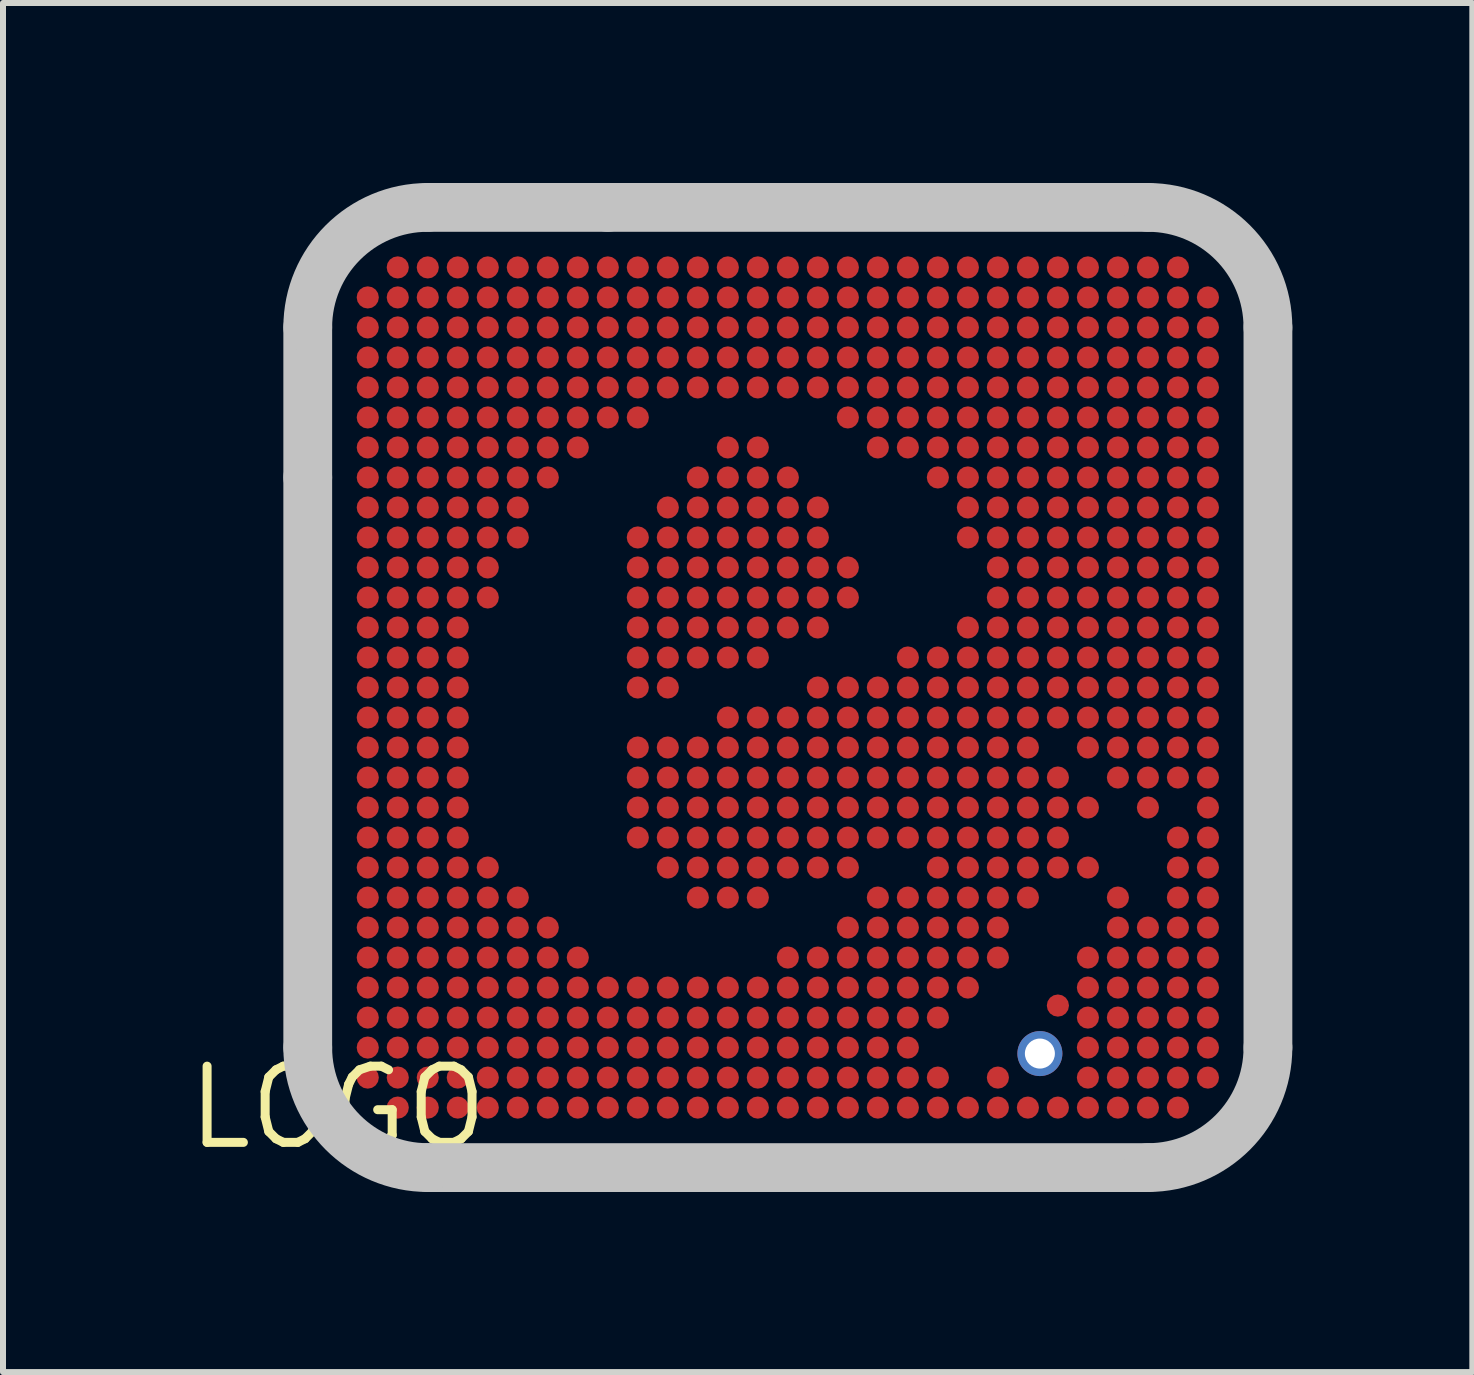
<source format=kicad_pcb>
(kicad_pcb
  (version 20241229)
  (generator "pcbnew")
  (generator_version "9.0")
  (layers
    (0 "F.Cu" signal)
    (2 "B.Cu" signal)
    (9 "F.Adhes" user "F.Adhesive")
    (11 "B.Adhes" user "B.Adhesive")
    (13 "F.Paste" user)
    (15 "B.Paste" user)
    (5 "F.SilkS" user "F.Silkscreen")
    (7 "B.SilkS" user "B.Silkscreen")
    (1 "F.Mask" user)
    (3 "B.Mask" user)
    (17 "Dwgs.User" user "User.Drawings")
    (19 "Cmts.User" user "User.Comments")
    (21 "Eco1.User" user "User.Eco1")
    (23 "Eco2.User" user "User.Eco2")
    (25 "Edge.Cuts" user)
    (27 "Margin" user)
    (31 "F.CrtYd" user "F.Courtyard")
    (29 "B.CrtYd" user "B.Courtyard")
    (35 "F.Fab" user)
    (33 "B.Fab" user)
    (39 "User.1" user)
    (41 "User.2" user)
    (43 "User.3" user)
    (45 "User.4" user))
  (footprint "LOGO"
    (layer "F.Cu")
    (at 2.578 15.406)
    (property "Reference" "LOGO" (at 0 0 0) (layer "F.SilkS") (effects (font (size 1.27 1.27) (thickness 0.15))))
    (attr through_hole)
    (fp_poly (pts (xy -0.5 -7.5) (xy -0.5 -13) (xy -0.475 -13.313) (xy -0.402 -13.618) (xy -0.282 -13.908) (xy -0.118 -14.176) (xy 0.086 -14.414) (xy 0.324 -14.618) (xy 0.592 -14.782) (xy 0.882 -14.902) (xy 1.5 -15) (xy 2 -15) (xy 13.5 -15) (xy 13.813 -14.975) (xy 14.118 -14.902) (xy 14.408 -14.782) (xy 14.676 -14.618) (xy 14.914 -14.414) (xy 15.118 -14.176) (xy 15.282 -13.908) (xy 15.402 -13.618) (xy 15.5 -13) (xy 15.5 -1) (xy 15.475 -0.687) (xy 15.402 -0.382) (xy 15.282 -0.092) (xy 15.118 0.176) (xy 14.914 0.414) (xy 14.676 0.618) (xy 14.408 0.782) (xy 14.118 0.902) (xy 13.5 1) (xy 1.5 1) (xy 1.187 0.975) (xy 0.882 0.902) (xy 0.592 0.782) (xy 0.324 0.618) (xy 0.086 0.414) (xy -0.118 0.176) (xy -0.282 -0.092) (xy -0.402 -0.382) (xy -0.5 -1)) (stroke (width 0) (type solid)) (fill yes) (layer "F.Mask"))
    (fp_line (start -0.5 -12.5) (end -0.5 -13) (stroke (width 0.813) (type solid)) (layer "F.Paste"))
    (fp_line (start -0.5 -1) (end -0.5 -12.5) (stroke (width 0.813) (type solid)) (layer "F.Paste"))
    (fp_line (start 1.5 -15) (end 2.5 -15) (stroke (width 0.813) (type solid)) (layer "F.Paste"))
    (fp_line (start 2 1) (end 1.5 1) (stroke (width 0.813) (type solid)) (layer "F.Paste"))
    (fp_line (start 2.5 -15) (end 5 -15) (stroke (width 0.813) (type solid)) (layer "F.Paste"))
    (fp_line (start 5 -15) (end 13.5 -15) (stroke (width 0.813) (type solid)) (layer "F.Paste"))
    (fp_line (start 13.5 1) (end 2 1) (stroke (width 0.813) (type solid)) (layer "F.Paste"))
    (fp_line (start 15.5 -13) (end 15.5 -12.5) (stroke (width 0.813) (type solid)) (layer "F.Paste"))
    (fp_line (start 15.5 -12.5) (end 15.5 -1) (stroke (width 0.813) (type solid)) (layer "F.Paste"))
    (fp_arc (start -0.5 -13) (mid 0.085786 -14.414214) (end 1.5 -15) (stroke (width 0.8128) (type solid)) (layer "F.Paste"))
    (fp_arc (start 1.5 1) (mid 0.085786 0.414214) (end -0.5 -1) (stroke (width 0.8128) (type solid)) (layer "F.Paste"))
    (fp_arc (start 13.5 -15) (mid 14.914214 -14.414214) (end 15.5 -13) (stroke (width 0.8128) (type solid)) (layer "F.Paste"))
    (fp_arc (start 15.5 -1) (mid 14.914214 0.414214) (end 13.5 1) (stroke (width 0.8128) (type solid)) (layer "F.Paste"))
    (fp_line (start -0.5 -13) (end -0.5 -10.5) (stroke (width 0.813) (type solid)) (layer "Dwgs.User"))
    (fp_line (start -0.5 -1) (end -0.5 -10.5) (stroke (width 0.813) (type solid)) (layer "Dwgs.User"))
    (fp_line (start 4.5 -15) (end 1.5 -15) (stroke (width 0.813) (type solid)) (layer "Dwgs.User"))
    (fp_line (start 4.5 -15) (end 13.5 -15) (stroke (width 0.813) (type solid)) (layer "Dwgs.User"))
    (fp_line (start 13.5 1) (end 1.5 1) (stroke (width 0.813) (type solid)) (layer "Dwgs.User"))
    (fp_line (start 15.5 -13) (end 15.5 -1) (stroke (width 0.813) (type solid)) (layer "Dwgs.User"))
    (fp_arc (start -0.5 -13) (mid 0.085786 -14.414214) (end 1.5 -15) (stroke (width 0.8128) (type solid)) (layer "Dwgs.User"))
    (fp_arc (start 1.5 1) (mid 0.085786 0.414214) (end -0.5 -1) (stroke (width 0.8128) (type solid)) (layer "Dwgs.User"))
    (fp_arc (start 13.5 -15) (mid 14.914214 -14.414214) (end 15.5 -13) (stroke (width 0.8128) (type solid)) (layer "Dwgs.User"))
    (fp_arc (start 15.5 -1) (mid 14.914214 0.414214) (end 13.5 1) (stroke (width 0.8128) (type solid)) (layer "Dwgs.User"))
    (pad "P$1" thru_hole circle (at 11.7 -0.9) (size 0.75 0.75) (drill 0.5) (layers "*.Cu" "*.Mask"))
    (pad "P$2" smd roundrect (at 12 -1.7) (size 0.37 0.37) (layers "F.Cu" "F.Mask") (roundrect_rratio 0.5))
    (pad "P$4" smd roundrect (at 1 0) (size 0.37 0.37) (layers "F.Cu" "F.Mask") (roundrect_rratio 0.5))
    (pad "P$5" smd roundrect (at 0.5 -0.5) (size 0.37 0.37) (layers "F.Cu" "F.Mask") (roundrect_rratio 0.5))
    (pad "P$6" smd roundrect (at 1 -0.5) (size 0.37 0.37) (layers "F.Cu" "F.Mask") (roundrect_rratio 0.5))
    (pad "P$7" smd roundrect (at 1.5 -0.5) (size 0.37 0.37) (layers "F.Cu" "F.Mask") (roundrect_rratio 0.5))
    (pad "P$8" smd roundrect (at 2 -0.5) (size 0.37 0.37) (layers "F.Cu" "F.Mask") (roundrect_rratio 0.5))
    (pad "P$9" smd roundrect (at 2.5 -0.5) (size 0.37 0.37) (layers "F.Cu" "F.Mask") (roundrect_rratio 0.5))
    (pad "P$10" smd roundrect (at 3 -0.5) (size 0.37 0.37) (layers "F.Cu" "F.Mask") (roundrect_rratio 0.5))
    (pad "P$11" smd roundrect (at 3.5 -0.5) (size 0.37 0.37) (layers "F.Cu" "F.Mask") (roundrect_rratio 0.5))
    (pad "P$12" smd roundrect (at 4 -0.5) (size 0.37 0.37) (layers "F.Cu" "F.Mask") (roundrect_rratio 0.5))
    (pad "P$13" smd roundrect (at 4.5 -0.5) (size 0.37 0.37) (layers "F.Cu" "F.Mask") (roundrect_rratio 0.5))
    (pad "P$14" smd roundrect (at 5 -0.5) (size 0.37 0.37) (layers "F.Cu" "F.Mask") (roundrect_rratio 0.5))
    (pad "P$15" smd roundrect (at 5.5 -0.5) (size 0.37 0.37) (layers "F.Cu" "F.Mask") (roundrect_rratio 0.5))
    (pad "P$16" smd roundrect (at 6 -0.5) (size 0.37 0.37) (layers "F.Cu" "F.Mask") (roundrect_rratio 0.5))
    (pad "P$17" smd roundrect (at 6.5 -0.5) (size 0.37 0.37) (layers "F.Cu" "F.Mask") (roundrect_rratio 0.5))
    (pad "P$18" smd roundrect (at 7 -0.5) (size 0.37 0.37) (layers "F.Cu" "F.Mask") (roundrect_rratio 0.5))
    (pad "P$19" smd roundrect (at 7.5 -0.5) (size 0.37 0.37) (layers "F.Cu" "F.Mask") (roundrect_rratio 0.5))
    (pad "P$20" smd roundrect (at 8 -0.5) (size 0.37 0.37) (layers "F.Cu" "F.Mask") (roundrect_rratio 0.5))
    (pad "P$21" smd roundrect (at 8.5 -0.5) (size 0.37 0.37) (layers "F.Cu" "F.Mask") (roundrect_rratio 0.5))
    (pad "P$22" smd roundrect (at 9 -0.5) (size 0.37 0.37) (layers "F.Cu" "F.Mask") (roundrect_rratio 0.5))
    (pad "P$23" smd roundrect (at 9.5 -0.5) (size 0.37 0.37) (layers "F.Cu" "F.Mask") (roundrect_rratio 0.5))
    (pad "P$24" smd roundrect (at 10 -0.5) (size 0.37 0.37) (layers "F.Cu" "F.Mask") (roundrect_rratio 0.5))
    (pad "P$25" smd roundrect (at 11 -0.5) (size 0.37 0.37) (layers "F.Cu" "F.Mask") (roundrect_rratio 0.5))
    (pad "P$29" smd roundrect (at 12.5 -0.5) (size 0.37 0.37) (layers "F.Cu" "F.Mask") (roundrect_rratio 0.5))
    (pad "P$30" smd roundrect (at 13 -0.5) (size 0.37 0.37) (layers "F.Cu" "F.Mask") (roundrect_rratio 0.5))
    (pad "P$31" smd roundrect (at 13.5 -0.5) (size 0.37 0.37) (layers "F.Cu" "F.Mask") (roundrect_rratio 0.5))
    (pad "P$32" smd roundrect (at 14 -0.5) (size 0.37 0.37) (layers "F.Cu" "F.Mask") (roundrect_rratio 0.5))
    (pad "P$33" smd roundrect (at 14.5 -0.5) (size 0.37 0.37) (layers "F.Cu" "F.Mask") (roundrect_rratio 0.5))
    (pad "P$34" smd roundrect (at 1.5 0) (size 0.37 0.37) (layers "F.Cu" "F.Mask") (roundrect_rratio 0.5))
    (pad "P$35" smd roundrect (at 2 0) (size 0.37 0.37) (layers "F.Cu" "F.Mask") (roundrect_rratio 0.5))
    (pad "P$36" smd roundrect (at 2.5 0) (size 0.37 0.37) (layers "F.Cu" "F.Mask") (roundrect_rratio 0.5))
    (pad "P$37" smd roundrect (at 3 0) (size 0.37 0.37) (layers "F.Cu" "F.Mask") (roundrect_rratio 0.5))
    (pad "P$38" smd roundrect (at 3.5 0) (size 0.37 0.37) (layers "F.Cu" "F.Mask") (roundrect_rratio 0.5))
    (pad "P$39" smd roundrect (at 4 0) (size 0.37 0.37) (layers "F.Cu" "F.Mask") (roundrect_rratio 0.5))
    (pad "P$40" smd roundrect (at 4.5 0) (size 0.37 0.37) (layers "F.Cu" "F.Mask") (roundrect_rratio 0.5))
    (pad "P$41" smd roundrect (at 5 0) (size 0.37 0.37) (layers "F.Cu" "F.Mask") (roundrect_rratio 0.5))
    (pad "P$42" smd roundrect (at 5.5 0) (size 0.37 0.37) (layers "F.Cu" "F.Mask") (roundrect_rratio 0.5))
    (pad "P$43" smd roundrect (at 6 0) (size 0.37 0.37) (layers "F.Cu" "F.Mask") (roundrect_rratio 0.5))
    (pad "P$44" smd roundrect (at 6.5 0) (size 0.37 0.37) (layers "F.Cu" "F.Mask") (roundrect_rratio 0.5))
    (pad "P$45" smd roundrect (at 7 0) (size 0.37 0.37) (layers "F.Cu" "F.Mask") (roundrect_rratio 0.5))
    (pad "P$46" smd roundrect (at 7.5 0) (size 0.37 0.37) (layers "F.Cu" "F.Mask") (roundrect_rratio 0.5))
    (pad "P$47" smd roundrect (at 8 0) (size 0.37 0.37) (layers "F.Cu" "F.Mask") (roundrect_rratio 0.5))
    (pad "P$48" smd roundrect (at 8.5 0) (size 0.37 0.37) (layers "F.Cu" "F.Mask") (roundrect_rratio 0.5))
    (pad "P$49" smd roundrect (at 9 0) (size 0.37 0.37) (layers "F.Cu" "F.Mask") (roundrect_rratio 0.5))
    (pad "P$50" smd roundrect (at 9.5 0) (size 0.37 0.37) (layers "F.Cu" "F.Mask") (roundrect_rratio 0.5))
    (pad "P$51" smd roundrect (at 10 0) (size 0.37 0.37) (layers "F.Cu" "F.Mask") (roundrect_rratio 0.5))
    (pad "P$52" smd roundrect (at 10.5 0) (size 0.37 0.37) (layers "F.Cu" "F.Mask") (roundrect_rratio 0.5))
    (pad "P$53" smd roundrect (at 11 0) (size 0.37 0.37) (layers "F.Cu" "F.Mask") (roundrect_rratio 0.5))
    (pad "P$54" smd roundrect (at 11.5 0) (size 0.37 0.37) (layers "F.Cu" "F.Mask") (roundrect_rratio 0.5))
    (pad "P$55" smd roundrect (at 12 0) (size 0.37 0.37) (layers "F.Cu" "F.Mask") (roundrect_rratio 0.5))
    (pad "P$56" smd roundrect (at 12.5 0) (size 0.37 0.37) (layers "F.Cu" "F.Mask") (roundrect_rratio 0.5))
    (pad "P$57" smd roundrect (at 13 0) (size 0.37 0.37) (layers "F.Cu" "F.Mask") (roundrect_rratio 0.5))
    (pad "P$58" smd roundrect (at 13.5 0) (size 0.37 0.37) (layers "F.Cu" "F.Mask") (roundrect_rratio 0.5))
    (pad "P$59" smd roundrect (at 14 0) (size 0.37 0.37) (layers "F.Cu" "F.Mask") (roundrect_rratio 0.5))
    (pad "P$60" smd roundrect (at 2.5 -10) (size 0.37 0.37) (layers "F.Cu" "F.Mask") (roundrect_rratio 0.5))
    (pad "P$62" smd roundrect (at 0.5 -1) (size 0.37 0.37) (layers "F.Cu" "F.Mask") (roundrect_rratio 0.5))
    (pad "P$63" smd roundrect (at 1 -1) (size 0.37 0.37) (layers "F.Cu" "F.Mask") (roundrect_rratio 0.5))
    (pad "P$64" smd roundrect (at 1.5 -1) (size 0.37 0.37) (layers "F.Cu" "F.Mask") (roundrect_rratio 0.5))
    (pad "P$65" smd roundrect (at 2 -1) (size 0.37 0.37) (layers "F.Cu" "F.Mask") (roundrect_rratio 0.5))
    (pad "P$66" smd roundrect (at 2.5 -1) (size 0.37 0.37) (layers "F.Cu" "F.Mask") (roundrect_rratio 0.5))
    (pad "P$67" smd roundrect (at 3 -1) (size 0.37 0.37) (layers "F.Cu" "F.Mask") (roundrect_rratio 0.5))
    (pad "P$68" smd roundrect (at 3.5 -1) (size 0.37 0.37) (layers "F.Cu" "F.Mask") (roundrect_rratio 0.5))
    (pad "P$69" smd roundrect (at 4 -1) (size 0.37 0.37) (layers "F.Cu" "F.Mask") (roundrect_rratio 0.5))
    (pad "P$70" smd roundrect (at 4.5 -1) (size 0.37 0.37) (layers "F.Cu" "F.Mask") (roundrect_rratio 0.5))
    (pad "P$71" smd roundrect (at 5 -1) (size 0.37 0.37) (layers "F.Cu" "F.Mask") (roundrect_rratio 0.5))
    (pad "P$72" smd roundrect (at 5.5 -1) (size 0.37 0.37) (layers "F.Cu" "F.Mask") (roundrect_rratio 0.5))
    (pad "P$73" smd roundrect (at 6 -1) (size 0.37 0.37) (layers "F.Cu" "F.Mask") (roundrect_rratio 0.5))
    (pad "P$74" smd roundrect (at 6.5 -1) (size 0.37 0.37) (layers "F.Cu" "F.Mask") (roundrect_rratio 0.5))
    (pad "P$75" smd roundrect (at 7 -1) (size 0.37 0.37) (layers "F.Cu" "F.Mask") (roundrect_rratio 0.5))
    (pad "P$76" smd roundrect (at 7.5 -1) (size 0.37 0.37) (layers "F.Cu" "F.Mask") (roundrect_rratio 0.5))
    (pad "P$77" smd roundrect (at 8 -1) (size 0.37 0.37) (layers "F.Cu" "F.Mask") (roundrect_rratio 0.5))
    (pad "P$78" smd roundrect (at 8.5 -1) (size 0.37 0.37) (layers "F.Cu" "F.Mask") (roundrect_rratio 0.5))
    (pad "P$79" smd roundrect (at 9 -1) (size 0.37 0.37) (layers "F.Cu" "F.Mask") (roundrect_rratio 0.5))
    (pad "P$80" smd roundrect (at 9.5 -1) (size 0.37 0.37) (layers "F.Cu" "F.Mask") (roundrect_rratio 0.5))
    (pad "P$81" smd roundrect (at 3 -10.5) (size 0.37 0.37) (layers "F.Cu" "F.Mask") (roundrect_rratio 0.5))
    (pad "P$82" smd roundrect (at 3.5 -11) (size 0.37 0.37) (layers "F.Cu" "F.Mask") (roundrect_rratio 0.5))
    (pad "P$83" smd roundrect (at 4 -11.5) (size 0.37 0.37) (layers "F.Cu" "F.Mask") (roundrect_rratio 0.5))
    (pad "P$84" smd roundrect (at 4.5 -12) (size 0.37 0.37) (layers "F.Cu" "F.Mask") (roundrect_rratio 0.5))
    (pad "P$86" smd roundrect (at 12.5 -1) (size 0.37 0.37) (layers "F.Cu" "F.Mask") (roundrect_rratio 0.5))
    (pad "P$87" smd roundrect (at 13 -1) (size 0.37 0.37) (layers "F.Cu" "F.Mask") (roundrect_rratio 0.5))
    (pad "P$88" smd roundrect (at 13.5 -1) (size 0.37 0.37) (layers "F.Cu" "F.Mask") (roundrect_rratio 0.5))
    (pad "P$89" smd roundrect (at 14 -1) (size 0.37 0.37) (layers "F.Cu" "F.Mask") (roundrect_rratio 0.5))
    (pad "P$90" smd roundrect (at 14.5 -1) (size 0.37 0.37) (layers "F.Cu" "F.Mask") (roundrect_rratio 0.5))
    (pad "P$92" smd roundrect (at 0.5 -2) (size 0.37 0.37) (layers "F.Cu" "F.Mask") (roundrect_rratio 0.5))
    (pad "P$93" smd roundrect (at 1 -2) (size 0.37 0.37) (layers "F.Cu" "F.Mask") (roundrect_rratio 0.5))
    (pad "P$94" smd roundrect (at 1.5 -2) (size 0.37 0.37) (layers "F.Cu" "F.Mask") (roundrect_rratio 0.5))
    (pad "P$95" smd roundrect (at 2 -2) (size 0.37 0.37) (layers "F.Cu" "F.Mask") (roundrect_rratio 0.5))
    (pad "P$96" smd roundrect (at 2.5 -2) (size 0.37 0.37) (layers "F.Cu" "F.Mask") (roundrect_rratio 0.5))
    (pad "P$97" smd roundrect (at 3 -2) (size 0.37 0.37) (layers "F.Cu" "F.Mask") (roundrect_rratio 0.5))
    (pad "P$98" smd roundrect (at 3.5 -2) (size 0.37 0.37) (layers "F.Cu" "F.Mask") (roundrect_rratio 0.5))
    (pad "P$99" smd roundrect (at 4 -2) (size 0.37 0.37) (layers "F.Cu" "F.Mask") (roundrect_rratio 0.5))
    (pad "P$100" smd roundrect (at 4.5 -2) (size 0.37 0.37) (layers "F.Cu" "F.Mask") (roundrect_rratio 0.5))
    (pad "P$101" smd roundrect (at 5 -2) (size 0.37 0.37) (layers "F.Cu" "F.Mask") (roundrect_rratio 0.5))
    (pad "P$102" smd roundrect (at 5.5 -2) (size 0.37 0.37) (layers "F.Cu" "F.Mask") (roundrect_rratio 0.5))
    (pad "P$103" smd roundrect (at 6 -2) (size 0.37 0.37) (layers "F.Cu" "F.Mask") (roundrect_rratio 0.5))
    (pad "P$104" smd roundrect (at 6.5 -2) (size 0.37 0.37) (layers "F.Cu" "F.Mask") (roundrect_rratio 0.5))
    (pad "P$105" smd roundrect (at 7 -2) (size 0.37 0.37) (layers "F.Cu" "F.Mask") (roundrect_rratio 0.5))
    (pad "P$106" smd roundrect (at 7.5 -2) (size 0.37 0.37) (layers "F.Cu" "F.Mask") (roundrect_rratio 0.5))
    (pad "P$107" smd roundrect (at 8 -2) (size 0.37 0.37) (layers "F.Cu" "F.Mask") (roundrect_rratio 0.5))
    (pad "P$108" smd roundrect (at 8.5 -2) (size 0.37 0.37) (layers "F.Cu" "F.Mask") (roundrect_rratio 0.5))
    (pad "P$109" smd roundrect (at 9 -2) (size 0.37 0.37) (layers "F.Cu" "F.Mask") (roundrect_rratio 0.5))
    (pad "P$110" smd roundrect (at 9.5 -2) (size 0.37 0.37) (layers "F.Cu" "F.Mask") (roundrect_rratio 0.5))
    (pad "P$111" smd roundrect (at 10 -2) (size 0.37 0.37) (layers "F.Cu" "F.Mask") (roundrect_rratio 0.5))
    (pad "P$112" smd roundrect (at 10.5 -2) (size 0.37 0.37) (layers "F.Cu" "F.Mask") (roundrect_rratio 0.5))
    (pad "P$113" smd roundrect (at 12.5 -2) (size 0.37 0.37) (layers "F.Cu" "F.Mask") (roundrect_rratio 0.5))
    (pad "P$114" smd roundrect (at 5 -12) (size 0.37 0.37) (layers "F.Cu" "F.Mask") (roundrect_rratio 0.5))
    (pad "P$115" smd roundrect (at 5.5 -12) (size 0.37 0.37) (layers "F.Cu" "F.Mask") (roundrect_rratio 0.5))
    (pad "P$116" smd roundrect (at 6 -12) (size 0.37 0.37) (layers "F.Cu" "F.Mask") (roundrect_rratio 0.5))
    (pad "P$117" smd roundrect (at 13 -2) (size 0.37 0.37) (layers "F.Cu" "F.Mask") (roundrect_rratio 0.5))
    (pad "P$118" smd roundrect (at 13.5 -2) (size 0.37 0.37) (layers "F.Cu" "F.Mask") (roundrect_rratio 0.5))
    (pad "P$119" smd roundrect (at 14 -2) (size 0.37 0.37) (layers "F.Cu" "F.Mask") (roundrect_rratio 0.5))
    (pad "P$120" smd roundrect (at 14.5 -2) (size 0.37 0.37) (layers "F.Cu" "F.Mask") (roundrect_rratio 0.5))
    (pad "P$122" smd roundrect (at 0.5 -1.5) (size 0.37 0.37) (layers "F.Cu" "F.Mask") (roundrect_rratio 0.5))
    (pad "P$123" smd roundrect (at 1 -1.5) (size 0.37 0.37) (layers "F.Cu" "F.Mask") (roundrect_rratio 0.5))
    (pad "P$124" smd roundrect (at 1.5 -1.5) (size 0.37 0.37) (layers "F.Cu" "F.Mask") (roundrect_rratio 0.5))
    (pad "P$125" smd roundrect (at 2 -1.5) (size 0.37 0.37) (layers "F.Cu" "F.Mask") (roundrect_rratio 0.5))
    (pad "P$126" smd roundrect (at 2.5 -1.5) (size 0.37 0.37) (layers "F.Cu" "F.Mask") (roundrect_rratio 0.5))
    (pad "P$127" smd roundrect (at 3 -1.5) (size 0.37 0.37) (layers "F.Cu" "F.Mask") (roundrect_rratio 0.5))
    (pad "P$128" smd roundrect (at 3.5 -1.5) (size 0.37 0.37) (layers "F.Cu" "F.Mask") (roundrect_rratio 0.5))
    (pad "P$129" smd roundrect (at 4 -1.5) (size 0.37 0.37) (layers "F.Cu" "F.Mask") (roundrect_rratio 0.5))
    (pad "P$130" smd roundrect (at 4.5 -1.5) (size 0.37 0.37) (layers "F.Cu" "F.Mask") (roundrect_rratio 0.5))
    (pad "P$131" smd roundrect (at 5 -1.5) (size 0.37 0.37) (layers "F.Cu" "F.Mask") (roundrect_rratio 0.5))
    (pad "P$132" smd roundrect (at 5.5 -1.5) (size 0.37 0.37) (layers "F.Cu" "F.Mask") (roundrect_rratio 0.5))
    (pad "P$133" smd roundrect (at 6 -1.5) (size 0.37 0.37) (layers "F.Cu" "F.Mask") (roundrect_rratio 0.5))
    (pad "P$134" smd roundrect (at 6.5 -1.5) (size 0.37 0.37) (layers "F.Cu" "F.Mask") (roundrect_rratio 0.5))
    (pad "P$135" smd roundrect (at 7 -1.5) (size 0.37 0.37) (layers "F.Cu" "F.Mask") (roundrect_rratio 0.5))
    (pad "P$136" smd roundrect (at 7.5 -1.5) (size 0.37 0.37) (layers "F.Cu" "F.Mask") (roundrect_rratio 0.5))
    (pad "P$137" smd roundrect (at 8 -1.5) (size 0.37 0.37) (layers "F.Cu" "F.Mask") (roundrect_rratio 0.5))
    (pad "P$138" smd roundrect (at 8.5 -1.5) (size 0.37 0.37) (layers "F.Cu" "F.Mask") (roundrect_rratio 0.5))
    (pad "P$139" smd roundrect (at 9 -1.5) (size 0.37 0.37) (layers "F.Cu" "F.Mask") (roundrect_rratio 0.5))
    (pad "P$140" smd roundrect (at 9.5 -1.5) (size 0.37 0.37) (layers "F.Cu" "F.Mask") (roundrect_rratio 0.5))
    (pad "P$141" smd roundrect (at 10 -1.5) (size 0.37 0.37) (layers "F.Cu" "F.Mask") (roundrect_rratio 0.5))
    (pad "P$142" smd roundrect (at 6.5 -12) (size 0.37 0.37) (layers "F.Cu" "F.Mask") (roundrect_rratio 0.5))
    (pad "P$143" smd roundrect (at 7 -12) (size 0.37 0.37) (layers "F.Cu" "F.Mask") (roundrect_rratio 0.5))
    (pad "P$144" smd roundrect (at 7.5 -12) (size 0.37 0.37) (layers "F.Cu" "F.Mask") (roundrect_rratio 0.5))
    (pad "P$145" smd roundrect (at 6.5 -11) (size 0.37 0.37) (layers "F.Cu" "F.Mask") (roundrect_rratio 0.5))
    (pad "P$146" smd roundrect (at 12.5 -1.5) (size 0.37 0.37) (layers "F.Cu" "F.Mask") (roundrect_rratio 0.5))
    (pad "P$147" smd roundrect (at 13 -1.5) (size 0.37 0.37) (layers "F.Cu" "F.Mask") (roundrect_rratio 0.5))
    (pad "P$148" smd roundrect (at 13.5 -1.5) (size 0.37 0.37) (layers "F.Cu" "F.Mask") (roundrect_rratio 0.5))
    (pad "P$149" smd roundrect (at 14 -1.5) (size 0.37 0.37) (layers "F.Cu" "F.Mask") (roundrect_rratio 0.5))
    (pad "P$150" smd roundrect (at 14.5 -1.5) (size 0.37 0.37) (layers "F.Cu" "F.Mask") (roundrect_rratio 0.5))
    (pad "P$152" smd roundrect (at 0.5 -2.5) (size 0.37 0.37) (layers "F.Cu" "F.Mask") (roundrect_rratio 0.5))
    (pad "P$153" smd roundrect (at 1 -2.5) (size 0.37 0.37) (layers "F.Cu" "F.Mask") (roundrect_rratio 0.5))
    (pad "P$154" smd roundrect (at 1.5 -2.5) (size 0.37 0.37) (layers "F.Cu" "F.Mask") (roundrect_rratio 0.5))
    (pad "P$155" smd roundrect (at 2 -2.5) (size 0.37 0.37) (layers "F.Cu" "F.Mask") (roundrect_rratio 0.5))
    (pad "P$156" smd roundrect (at 2.5 -2.5) (size 0.37 0.37) (layers "F.Cu" "F.Mask") (roundrect_rratio 0.5))
    (pad "P$157" smd roundrect (at 3 -2.5) (size 0.37 0.37) (layers "F.Cu" "F.Mask") (roundrect_rratio 0.5))
    (pad "P$158" smd roundrect (at 3.5 -2.5) (size 0.37 0.37) (layers "F.Cu" "F.Mask") (roundrect_rratio 0.5))
    (pad "P$159" smd roundrect (at 4 -2.5) (size 0.37 0.37) (layers "F.Cu" "F.Mask") (roundrect_rratio 0.5))
    (pad "P$160" smd roundrect (at 7 -11) (size 0.37 0.37) (layers "F.Cu" "F.Mask") (roundrect_rratio 0.5))
    (pad "P$166" smd roundrect (at 7.5 -2.5) (size 0.37 0.37) (layers "F.Cu" "F.Mask") (roundrect_rratio 0.5))
    (pad "P$167" smd roundrect (at 8 -2.5) (size 0.37 0.37) (layers "F.Cu" "F.Mask") (roundrect_rratio 0.5))
    (pad "P$168" smd roundrect (at 8.5 -2.5) (size 0.37 0.37) (layers "F.Cu" "F.Mask") (roundrect_rratio 0.5))
    (pad "P$169" smd roundrect (at 9 -2.5) (size 0.37 0.37) (layers "F.Cu" "F.Mask") (roundrect_rratio 0.5))
    (pad "P$170" smd roundrect (at 9.5 -2.5) (size 0.37 0.37) (layers "F.Cu" "F.Mask") (roundrect_rratio 0.5))
    (pad "P$171" smd roundrect (at 10 -2.5) (size 0.37 0.37) (layers "F.Cu" "F.Mask") (roundrect_rratio 0.5))
    (pad "P$172" smd roundrect (at 10.5 -2.5) (size 0.37 0.37) (layers "F.Cu" "F.Mask") (roundrect_rratio 0.5))
    (pad "P$173" smd roundrect (at 11 -2.5) (size 0.37 0.37) (layers "F.Cu" "F.Mask") (roundrect_rratio 0.5))
    (pad "P$176" smd roundrect (at 12.5 -2.5) (size 0.37 0.37) (layers "F.Cu" "F.Mask") (roundrect_rratio 0.5))
    (pad "P$177" smd roundrect (at 13 -2.5) (size 0.37 0.37) (layers "F.Cu" "F.Mask") (roundrect_rratio 0.5))
    (pad "P$178" smd roundrect (at 13.5 -2.5) (size 0.37 0.37) (layers "F.Cu" "F.Mask") (roundrect_rratio 0.5))
    (pad "P$179" smd roundrect (at 14 -2.5) (size 0.37 0.37) (layers "F.Cu" "F.Mask") (roundrect_rratio 0.5))
    (pad "P$180" smd roundrect (at 14.5 -2.5) (size 0.37 0.37) (layers "F.Cu" "F.Mask") (roundrect_rratio 0.5))
    (pad "P$182" smd roundrect (at 0.5 -3.5) (size 0.37 0.37) (layers "F.Cu" "F.Mask") (roundrect_rratio 0.5))
    (pad "P$183" smd roundrect (at 1 -3.5) (size 0.37 0.37) (layers "F.Cu" "F.Mask") (roundrect_rratio 0.5))
    (pad "P$184" smd roundrect (at 1.5 -3.5) (size 0.37 0.37) (layers "F.Cu" "F.Mask") (roundrect_rratio 0.5))
    (pad "P$185" smd roundrect (at 2 -3.5) (size 0.37 0.37) (layers "F.Cu" "F.Mask") (roundrect_rratio 0.5))
    (pad "P$186" smd roundrect (at 2.5 -3.5) (size 0.37 0.37) (layers "F.Cu" "F.Mask") (roundrect_rratio 0.5))
    (pad "P$187" smd roundrect (at 3 -3.5) (size 0.37 0.37) (layers "F.Cu" "F.Mask") (roundrect_rratio 0.5))
    (pad "P$193" smd roundrect (at 6 -3.5) (size 0.37 0.37) (layers "F.Cu" "F.Mask") (roundrect_rratio 0.5))
    (pad "P$194" smd roundrect (at 6.5 -3.5) (size 0.37 0.37) (layers "F.Cu" "F.Mask") (roundrect_rratio 0.5))
    (pad "P$195" smd roundrect (at 7 -3.5) (size 0.37 0.37) (layers "F.Cu" "F.Mask") (roundrect_rratio 0.5))
    (pad "P$199" smd roundrect (at 9 -3.5) (size 0.37 0.37) (layers "F.Cu" "F.Mask") (roundrect_rratio 0.5))
    (pad "P$200" smd roundrect (at 9.5 -3.5) (size 0.37 0.37) (layers "F.Cu" "F.Mask") (roundrect_rratio 0.5))
    (pad "P$201" smd roundrect (at 10 -3.5) (size 0.37 0.37) (layers "F.Cu" "F.Mask") (roundrect_rratio 0.5))
    (pad "P$202" smd roundrect (at 10.5 -3.5) (size 0.37 0.37) (layers "F.Cu" "F.Mask") (roundrect_rratio 0.5))
    (pad "P$203" smd roundrect (at 11 -3.5) (size 0.37 0.37) (layers "F.Cu" "F.Mask") (roundrect_rratio 0.5))
    (pad "P$204" smd roundrect (at 11.5 -3.5) (size 0.37 0.37) (layers "F.Cu" "F.Mask") (roundrect_rratio 0.5))
    (pad "P$207" smd roundrect (at 13 -3.5) (size 0.37 0.37) (layers "F.Cu" "F.Mask") (roundrect_rratio 0.5))
    (pad "P$209" smd roundrect (at 14 -3.5) (size 0.37 0.37) (layers "F.Cu" "F.Mask") (roundrect_rratio 0.5))
    (pad "P$210" smd roundrect (at 14.5 -3.5) (size 0.37 0.37) (layers "F.Cu" "F.Mask") (roundrect_rratio 0.5))
    (pad "P$212" smd roundrect (at 0.5 -3) (size 0.37 0.37) (layers "F.Cu" "F.Mask") (roundrect_rratio 0.5))
    (pad "P$213" smd roundrect (at 1 -3) (size 0.37 0.37) (layers "F.Cu" "F.Mask") (roundrect_rratio 0.5))
    (pad "P$214" smd roundrect (at 1.5 -3) (size 0.37 0.37) (layers "F.Cu" "F.Mask") (roundrect_rratio 0.5))
    (pad "P$215" smd roundrect (at 2 -3) (size 0.37 0.37) (layers "F.Cu" "F.Mask") (roundrect_rratio 0.5))
    (pad "P$216" smd roundrect (at 2.5 -3) (size 0.37 0.37) (layers "F.Cu" "F.Mask") (roundrect_rratio 0.5))
    (pad "P$217" smd roundrect (at 3 -3) (size 0.37 0.37) (layers "F.Cu" "F.Mask") (roundrect_rratio 0.5))
    (pad "P$218" smd roundrect (at 3.5 -3) (size 0.37 0.37) (layers "F.Cu" "F.Mask") (roundrect_rratio 0.5))
    (pad "P$228" smd roundrect (at 8.5 -3) (size 0.37 0.37) (layers "F.Cu" "F.Mask") (roundrect_rratio 0.5))
    (pad "P$229" smd roundrect (at 9 -3) (size 0.37 0.37) (layers "F.Cu" "F.Mask") (roundrect_rratio 0.5))
    (pad "P$230" smd roundrect (at 9.5 -3) (size 0.37 0.37) (layers "F.Cu" "F.Mask") (roundrect_rratio 0.5))
    (pad "P$231" smd roundrect (at 10 -3) (size 0.37 0.37) (layers "F.Cu" "F.Mask") (roundrect_rratio 0.5))
    (pad "P$232" smd roundrect (at 10.5 -3) (size 0.37 0.37) (layers "F.Cu" "F.Mask") (roundrect_rratio 0.5))
    (pad "P$233" smd roundrect (at 11 -3) (size 0.37 0.37) (layers "F.Cu" "F.Mask") (roundrect_rratio 0.5))
    (pad "P$237" smd roundrect (at 13 -3) (size 0.37 0.37) (layers "F.Cu" "F.Mask") (roundrect_rratio 0.5))
    (pad "P$238" smd roundrect (at 13.5 -3) (size 0.37 0.37) (layers "F.Cu" "F.Mask") (roundrect_rratio 0.5))
    (pad "P$239" smd roundrect (at 14 -3) (size 0.37 0.37) (layers "F.Cu" "F.Mask") (roundrect_rratio 0.5))
    (pad "P$240" smd roundrect (at 14.5 -3) (size 0.37 0.37) (layers "F.Cu" "F.Mask") (roundrect_rratio 0.5))
    (pad "P$242" smd roundrect (at 0.5 -4) (size 0.37 0.37) (layers "F.Cu" "F.Mask") (roundrect_rratio 0.5))
    (pad "P$243" smd roundrect (at 1 -4) (size 0.37 0.37) (layers "F.Cu" "F.Mask") (roundrect_rratio 0.5))
    (pad "P$244" smd roundrect (at 1.5 -4) (size 0.37 0.37) (layers "F.Cu" "F.Mask") (roundrect_rratio 0.5))
    (pad "P$245" smd roundrect (at 2 -4) (size 0.37 0.37) (layers "F.Cu" "F.Mask") (roundrect_rratio 0.5))
    (pad "P$246" smd roundrect (at 2.5 -4) (size 0.37 0.37) (layers "F.Cu" "F.Mask") (roundrect_rratio 0.5))
    (pad "P$252" smd roundrect (at 5.5 -4) (size 0.37 0.37) (layers "F.Cu" "F.Mask") (roundrect_rratio 0.5))
    (pad "P$253" smd roundrect (at 6 -4) (size 0.37 0.37) (layers "F.Cu" "F.Mask") (roundrect_rratio 0.5))
    (pad "P$254" smd roundrect (at 6.5 -4) (size 0.37 0.37) (layers "F.Cu" "F.Mask") (roundrect_rratio 0.5))
    (pad "P$255" smd roundrect (at 7 -4) (size 0.37 0.37) (layers "F.Cu" "F.Mask") (roundrect_rratio 0.5))
    (pad "P$256" smd roundrect (at 7.5 -4) (size 0.37 0.37) (layers "F.Cu" "F.Mask") (roundrect_rratio 0.5))
    (pad "P$257" smd roundrect (at 8 -4) (size 0.37 0.37) (layers "F.Cu" "F.Mask") (roundrect_rratio 0.5))
    (pad "P$258" smd roundrect (at 8.5 -4) (size 0.37 0.37) (layers "F.Cu" "F.Mask") (roundrect_rratio 0.5))
    (pad "P$261" smd roundrect (at 10 -4) (size 0.37 0.37) (layers "F.Cu" "F.Mask") (roundrect_rratio 0.5))
    (pad "P$262" smd roundrect (at 10.5 -4) (size 0.37 0.37) (layers "F.Cu" "F.Mask") (roundrect_rratio 0.5))
    (pad "P$263" smd roundrect (at 11 -4) (size 0.37 0.37) (layers "F.Cu" "F.Mask") (roundrect_rratio 0.5))
    (pad "P$264" smd roundrect (at 11.5 -4) (size 0.37 0.37) (layers "F.Cu" "F.Mask") (roundrect_rratio 0.5))
    (pad "P$265" smd roundrect (at 12 -4) (size 0.37 0.37) (layers "F.Cu" "F.Mask") (roundrect_rratio 0.5))
    (pad "P$266" smd roundrect (at 12.5 -4) (size 0.37 0.37) (layers "F.Cu" "F.Mask") (roundrect_rratio 0.5))
    (pad "P$269" smd roundrect (at 14 -4) (size 0.37 0.37) (layers "F.Cu" "F.Mask") (roundrect_rratio 0.5))
    (pad "P$270" smd roundrect (at 14.5 -4) (size 0.37 0.37) (layers "F.Cu" "F.Mask") (roundrect_rratio 0.5))
    (pad "P$272" smd roundrect (at 0.5 -5) (size 0.37 0.37) (layers "F.Cu" "F.Mask") (roundrect_rratio 0.5))
    (pad "P$273" smd roundrect (at 1 -5) (size 0.37 0.37) (layers "F.Cu" "F.Mask") (roundrect_rratio 0.5))
    (pad "P$274" smd roundrect (at 1.5 -5) (size 0.37 0.37) (layers "F.Cu" "F.Mask") (roundrect_rratio 0.5))
    (pad "P$275" smd roundrect (at 2 -5) (size 0.37 0.37) (layers "F.Cu" "F.Mask") (roundrect_rratio 0.5))
    (pad "P$281" smd roundrect (at 5 -5) (size 0.37 0.37) (layers "F.Cu" "F.Mask") (roundrect_rratio 0.5))
    (pad "P$282" smd roundrect (at 5.5 -5) (size 0.37 0.37) (layers "F.Cu" "F.Mask") (roundrect_rratio 0.5))
    (pad "P$283" smd roundrect (at 6 -5) (size 0.37 0.37) (layers "F.Cu" "F.Mask") (roundrect_rratio 0.5))
    (pad "P$284" smd roundrect (at 6.5 -5) (size 0.37 0.37) (layers "F.Cu" "F.Mask") (roundrect_rratio 0.5))
    (pad "P$285" smd roundrect (at 7 -5) (size 0.37 0.37) (layers "F.Cu" "F.Mask") (roundrect_rratio 0.5))
    (pad "P$286" smd roundrect (at 7.5 -5) (size 0.37 0.37) (layers "F.Cu" "F.Mask") (roundrect_rratio 0.5))
    (pad "P$287" smd roundrect (at 8 -5) (size 0.37 0.37) (layers "F.Cu" "F.Mask") (roundrect_rratio 0.5))
    (pad "P$288" smd roundrect (at 8.5 -5) (size 0.37 0.37) (layers "F.Cu" "F.Mask") (roundrect_rratio 0.5))
    (pad "P$289" smd roundrect (at 9 -5) (size 0.37 0.37) (layers "F.Cu" "F.Mask") (roundrect_rratio 0.5))
    (pad "P$290" smd roundrect (at 9.5 -5) (size 0.37 0.37) (layers "F.Cu" "F.Mask") (roundrect_rratio 0.5))
    (pad "P$291" smd roundrect (at 10 -5) (size 0.37 0.37) (layers "F.Cu" "F.Mask") (roundrect_rratio 0.5))
    (pad "P$292" smd roundrect (at 10.5 -5) (size 0.37 0.37) (layers "F.Cu" "F.Mask") (roundrect_rratio 0.5))
    (pad "P$293" smd roundrect (at 11 -5) (size 0.37 0.37) (layers "F.Cu" "F.Mask") (roundrect_rratio 0.5))
    (pad "P$294" smd roundrect (at 11.5 -5) (size 0.37 0.37) (layers "F.Cu" "F.Mask") (roundrect_rratio 0.5))
    (pad "P$295" smd roundrect (at 12 -5) (size 0.37 0.37) (layers "F.Cu" "F.Mask") (roundrect_rratio 0.5))
    (pad "P$296" smd roundrect (at 12.5 -5) (size 0.37 0.37) (layers "F.Cu" "F.Mask") (roundrect_rratio 0.5))
    (pad "P$298" smd roundrect (at 13.5 -5) (size 0.37 0.37) (layers "F.Cu" "F.Mask") (roundrect_rratio 0.5))
    (pad "P$300" smd roundrect (at 14.5 -5) (size 0.37 0.37) (layers "F.Cu" "F.Mask") (roundrect_rratio 0.5))
    (pad "P$302" smd roundrect (at 0.5 -4.5) (size 0.37 0.37) (layers "F.Cu" "F.Mask") (roundrect_rratio 0.5))
    (pad "P$303" smd roundrect (at 1 -4.5) (size 0.37 0.37) (layers "F.Cu" "F.Mask") (roundrect_rratio 0.5))
    (pad "P$304" smd roundrect (at 1.5 -4.5) (size 0.37 0.37) (layers "F.Cu" "F.Mask") (roundrect_rratio 0.5))
    (pad "P$305" smd roundrect (at 2 -4.5) (size 0.37 0.37) (layers "F.Cu" "F.Mask") (roundrect_rratio 0.5))
    (pad "P$311" smd roundrect (at 5 -4.5) (size 0.37 0.37) (layers "F.Cu" "F.Mask") (roundrect_rratio 0.5))
    (pad "P$312" smd roundrect (at 5.5 -4.5) (size 0.37 0.37) (layers "F.Cu" "F.Mask") (roundrect_rratio 0.5))
    (pad "P$313" smd roundrect (at 6 -4.5) (size 0.37 0.37) (layers "F.Cu" "F.Mask") (roundrect_rratio 0.5))
    (pad "P$314" smd roundrect (at 6.5 -4.5) (size 0.37 0.37) (layers "F.Cu" "F.Mask") (roundrect_rratio 0.5))
    (pad "P$315" smd roundrect (at 7 -4.5) (size 0.37 0.37) (layers "F.Cu" "F.Mask") (roundrect_rratio 0.5))
    (pad "P$316" smd roundrect (at 7.5 -4.5) (size 0.37 0.37) (layers "F.Cu" "F.Mask") (roundrect_rratio 0.5))
    (pad "P$317" smd roundrect (at 8 -4.5) (size 0.37 0.37) (layers "F.Cu" "F.Mask") (roundrect_rratio 0.5))
    (pad "P$318" smd roundrect (at 8.5 -4.5) (size 0.37 0.37) (layers "F.Cu" "F.Mask") (roundrect_rratio 0.5))
    (pad "P$319" smd roundrect (at 9 -4.5) (size 0.37 0.37) (layers "F.Cu" "F.Mask") (roundrect_rratio 0.5))
    (pad "P$320" smd roundrect (at 9.5 -4.5) (size 0.37 0.37) (layers "F.Cu" "F.Mask") (roundrect_rratio 0.5))
    (pad "P$321" smd roundrect (at 10 -4.5) (size 0.37 0.37) (layers "F.Cu" "F.Mask") (roundrect_rratio 0.5))
    (pad "P$322" smd roundrect (at 10.5 -4.5) (size 0.37 0.37) (layers "F.Cu" "F.Mask") (roundrect_rratio 0.5))
    (pad "P$323" smd roundrect (at 11 -4.5) (size 0.37 0.37) (layers "F.Cu" "F.Mask") (roundrect_rratio 0.5))
    (pad "P$324" smd roundrect (at 11.5 -4.5) (size 0.37 0.37) (layers "F.Cu" "F.Mask") (roundrect_rratio 0.5))
    (pad "P$325" smd roundrect (at 12 -4.5) (size 0.37 0.37) (layers "F.Cu" "F.Mask") (roundrect_rratio 0.5))
    (pad "P$329" smd roundrect (at 14 -4.5) (size 0.37 0.37) (layers "F.Cu" "F.Mask") (roundrect_rratio 0.5))
    (pad "P$330" smd roundrect (at 14.5 -4.5) (size 0.37 0.37) (layers "F.Cu" "F.Mask") (roundrect_rratio 0.5))
    (pad "P$332" smd roundrect (at 0.5 -5.5) (size 0.37 0.37) (layers "F.Cu" "F.Mask") (roundrect_rratio 0.5))
    (pad "P$333" smd roundrect (at 1 -5.5) (size 0.37 0.37) (layers "F.Cu" "F.Mask") (roundrect_rratio 0.5))
    (pad "P$334" smd roundrect (at 1.5 -5.5) (size 0.37 0.37) (layers "F.Cu" "F.Mask") (roundrect_rratio 0.5))
    (pad "P$335" smd roundrect (at 2 -5.5) (size 0.37 0.37) (layers "F.Cu" "F.Mask") (roundrect_rratio 0.5))
    (pad "P$341" smd roundrect (at 5 -5.5) (size 0.37 0.37) (layers "F.Cu" "F.Mask") (roundrect_rratio 0.5))
    (pad "P$342" smd roundrect (at 5.5 -5.5) (size 0.37 0.37) (layers "F.Cu" "F.Mask") (roundrect_rratio 0.5))
    (pad "P$343" smd roundrect (at 6 -5.5) (size 0.37 0.37) (layers "F.Cu" "F.Mask") (roundrect_rratio 0.5))
    (pad "P$344" smd roundrect (at 6.5 -5.5) (size 0.37 0.37) (layers "F.Cu" "F.Mask") (roundrect_rratio 0.5))
    (pad "P$345" smd roundrect (at 7 -5.5) (size 0.37 0.37) (layers "F.Cu" "F.Mask") (roundrect_rratio 0.5))
    (pad "P$346" smd roundrect (at 7.5 -5.5) (size 0.37 0.37) (layers "F.Cu" "F.Mask") (roundrect_rratio 0.5))
    (pad "P$347" smd roundrect (at 8 -5.5) (size 0.37 0.37) (layers "F.Cu" "F.Mask") (roundrect_rratio 0.5))
    (pad "P$348" smd roundrect (at 8.5 -5.5) (size 0.37 0.37) (layers "F.Cu" "F.Mask") (roundrect_rratio 0.5))
    (pad "P$349" smd roundrect (at 9 -5.5) (size 0.37 0.37) (layers "F.Cu" "F.Mask") (roundrect_rratio 0.5))
    (pad "P$350" smd roundrect (at 9.5 -5.5) (size 0.37 0.37) (layers "F.Cu" "F.Mask") (roundrect_rratio 0.5))
    (pad "P$351" smd roundrect (at 10 -5.5) (size 0.37 0.37) (layers "F.Cu" "F.Mask") (roundrect_rratio 0.5))
    (pad "P$352" smd roundrect (at 10.5 -5.5) (size 0.37 0.37) (layers "F.Cu" "F.Mask") (roundrect_rratio 0.5))
    (pad "P$353" smd roundrect (at 11 -5.5) (size 0.37 0.37) (layers "F.Cu" "F.Mask") (roundrect_rratio 0.5))
    (pad "P$354" smd roundrect (at 11.5 -5.5) (size 0.37 0.37) (layers "F.Cu" "F.Mask") (roundrect_rratio 0.5))
    (pad "P$355" smd roundrect (at 12 -5.5) (size 0.37 0.37) (layers "F.Cu" "F.Mask") (roundrect_rratio 0.5))
    (pad "P$357" smd roundrect (at 13 -5.5) (size 0.37 0.37) (layers "F.Cu" "F.Mask") (roundrect_rratio 0.5))
    (pad "P$358" smd roundrect (at 13.5 -5.5) (size 0.37 0.37) (layers "F.Cu" "F.Mask") (roundrect_rratio 0.5))
    (pad "P$359" smd roundrect (at 14 -5.5) (size 0.37 0.37) (layers "F.Cu" "F.Mask") (roundrect_rratio 0.5))
    (pad "P$360" smd roundrect (at 14.5 -5.5) (size 0.37 0.37) (layers "F.Cu" "F.Mask") (roundrect_rratio 0.5))
    (pad "P$362" smd roundrect (at 0.5 -6.5) (size 0.37 0.37) (layers "F.Cu" "F.Mask") (roundrect_rratio 0.5))
    (pad "P$363" smd roundrect (at 1 -6.5) (size 0.37 0.37) (layers "F.Cu" "F.Mask") (roundrect_rratio 0.5))
    (pad "P$364" smd roundrect (at 1.5 -6.5) (size 0.37 0.37) (layers "F.Cu" "F.Mask") (roundrect_rratio 0.5))
    (pad "P$365" smd roundrect (at 2 -6.5) (size 0.37 0.37) (layers "F.Cu" "F.Mask") (roundrect_rratio 0.5))
    (pad "P$374" smd roundrect (at 6.5 -6.5) (size 0.37 0.37) (layers "F.Cu" "F.Mask") (roundrect_rratio 0.5))
    (pad "P$375" smd roundrect (at 7 -6.5) (size 0.37 0.37) (layers "F.Cu" "F.Mask") (roundrect_rratio 0.5))
    (pad "P$376" smd roundrect (at 7.5 -6.5) (size 0.37 0.37) (layers "F.Cu" "F.Mask") (roundrect_rratio 0.5))
    (pad "P$377" smd roundrect (at 8 -6.5) (size 0.37 0.37) (layers "F.Cu" "F.Mask") (roundrect_rratio 0.5))
    (pad "P$378" smd roundrect (at 8.5 -6.5) (size 0.37 0.37) (layers "F.Cu" "F.Mask") (roundrect_rratio 0.5))
    (pad "P$379" smd roundrect (at 9 -6.5) (size 0.37 0.37) (layers "F.Cu" "F.Mask") (roundrect_rratio 0.5))
    (pad "P$380" smd roundrect (at 9.5 -6.5) (size 0.37 0.37) (layers "F.Cu" "F.Mask") (roundrect_rratio 0.5))
    (pad "P$381" smd roundrect (at 10 -6.5) (size 0.37 0.37) (layers "F.Cu" "F.Mask") (roundrect_rratio 0.5))
    (pad "P$382" smd roundrect (at 10.5 -6.5) (size 0.37 0.37) (layers "F.Cu" "F.Mask") (roundrect_rratio 0.5))
    (pad "P$383" smd roundrect (at 11 -6.5) (size 0.37 0.37) (layers "F.Cu" "F.Mask") (roundrect_rratio 0.5))
    (pad "P$384" smd roundrect (at 11.5 -6.5) (size 0.37 0.37) (layers "F.Cu" "F.Mask") (roundrect_rratio 0.5))
    (pad "P$385" smd roundrect (at 12 -6.5) (size 0.37 0.37) (layers "F.Cu" "F.Mask") (roundrect_rratio 0.5))
    (pad "P$386" smd roundrect (at 12.5 -6.5) (size 0.37 0.37) (layers "F.Cu" "F.Mask") (roundrect_rratio 0.5))
    (pad "P$387" smd roundrect (at 13 -6.5) (size 0.37 0.37) (layers "F.Cu" "F.Mask") (roundrect_rratio 0.5))
    (pad "P$388" smd roundrect (at 13.5 -6.5) (size 0.37 0.37) (layers "F.Cu" "F.Mask") (roundrect_rratio 0.5))
    (pad "P$389" smd roundrect (at 14 -6.5) (size 0.37 0.37) (layers "F.Cu" "F.Mask") (roundrect_rratio 0.5))
    (pad "P$390" smd roundrect (at 14.5 -6.5) (size 0.37 0.37) (layers "F.Cu" "F.Mask") (roundrect_rratio 0.5))
    (pad "P$392" smd roundrect (at 0.5 -6) (size 0.37 0.37) (layers "F.Cu" "F.Mask") (roundrect_rratio 0.5))
    (pad "P$393" smd roundrect (at 1 -6) (size 0.37 0.37) (layers "F.Cu" "F.Mask") (roundrect_rratio 0.5))
    (pad "P$394" smd roundrect (at 1.5 -6) (size 0.37 0.37) (layers "F.Cu" "F.Mask") (roundrect_rratio 0.5))
    (pad "P$395" smd roundrect (at 2 -6) (size 0.37 0.37) (layers "F.Cu" "F.Mask") (roundrect_rratio 0.5))
    (pad "P$401" smd roundrect (at 5 -6) (size 0.37 0.37) (layers "F.Cu" "F.Mask") (roundrect_rratio 0.5))
    (pad "P$402" smd roundrect (at 5.5 -6) (size 0.37 0.37) (layers "F.Cu" "F.Mask") (roundrect_rratio 0.5))
    (pad "P$403" smd roundrect (at 6 -6) (size 0.37 0.37) (layers "F.Cu" "F.Mask") (roundrect_rratio 0.5))
    (pad "P$404" smd roundrect (at 6.5 -6) (size 0.37 0.37) (layers "F.Cu" "F.Mask") (roundrect_rratio 0.5))
    (pad "P$405" smd roundrect (at 7 -6) (size 0.37 0.37) (layers "F.Cu" "F.Mask") (roundrect_rratio 0.5))
    (pad "P$406" smd roundrect (at 7.5 -6) (size 0.37 0.37) (layers "F.Cu" "F.Mask") (roundrect_rratio 0.5))
    (pad "P$407" smd roundrect (at 8 -6) (size 0.37 0.37) (layers "F.Cu" "F.Mask") (roundrect_rratio 0.5))
    (pad "P$408" smd roundrect (at 8.5 -6) (size 0.37 0.37) (layers "F.Cu" "F.Mask") (roundrect_rratio 0.5))
    (pad "P$409" smd roundrect (at 9 -6) (size 0.37 0.37) (layers "F.Cu" "F.Mask") (roundrect_rratio 0.5))
    (pad "P$410" smd roundrect (at 9.5 -6) (size 0.37 0.37) (layers "F.Cu" "F.Mask") (roundrect_rratio 0.5))
    (pad "P$411" smd roundrect (at 10 -6) (size 0.37 0.37) (layers "F.Cu" "F.Mask") (roundrect_rratio 0.5))
    (pad "P$412" smd roundrect (at 10.5 -6) (size 0.37 0.37) (layers "F.Cu" "F.Mask") (roundrect_rratio 0.5))
    (pad "P$413" smd roundrect (at 11 -6) (size 0.37 0.37) (layers "F.Cu" "F.Mask") (roundrect_rratio 0.5))
    (pad "P$414" smd roundrect (at 11.5 -6) (size 0.37 0.37) (layers "F.Cu" "F.Mask") (roundrect_rratio 0.5))
    (pad "P$416" smd roundrect (at 12.5 -6) (size 0.37 0.37) (layers "F.Cu" "F.Mask") (roundrect_rratio 0.5))
    (pad "P$417" smd roundrect (at 13 -6) (size 0.37 0.37) (layers "F.Cu" "F.Mask") (roundrect_rratio 0.5))
    (pad "P$418" smd roundrect (at 13.5 -6) (size 0.37 0.37) (layers "F.Cu" "F.Mask") (roundrect_rratio 0.5))
    (pad "P$419" smd roundrect (at 14 -6) (size 0.37 0.37) (layers "F.Cu" "F.Mask") (roundrect_rratio 0.5))
    (pad "P$420" smd roundrect (at 14.5 -6) (size 0.37 0.37) (layers "F.Cu" "F.Mask") (roundrect_rratio 0.5))
    (pad "P$422" smd roundrect (at 0.5 -7) (size 0.37 0.37) (layers "F.Cu" "F.Mask") (roundrect_rratio 0.5))
    (pad "P$423" smd roundrect (at 1 -7) (size 0.37 0.37) (layers "F.Cu" "F.Mask") (roundrect_rratio 0.5))
    (pad "P$424" smd roundrect (at 1.5 -7) (size 0.37 0.37) (layers "F.Cu" "F.Mask") (roundrect_rratio 0.5))
    (pad "P$425" smd roundrect (at 2 -7) (size 0.37 0.37) (layers "F.Cu" "F.Mask") (roundrect_rratio 0.5))
    (pad "P$431" smd roundrect (at 5 -7) (size 0.37 0.37) (layers "F.Cu" "F.Mask") (roundrect_rratio 0.5))
    (pad "P$432" smd roundrect (at 5.5 -7) (size 0.37 0.37) (layers "F.Cu" "F.Mask") (roundrect_rratio 0.5))
    (pad "P$437" smd roundrect (at 8 -7) (size 0.37 0.37) (layers "F.Cu" "F.Mask") (roundrect_rratio 0.5))
    (pad "P$438" smd roundrect (at 8.5 -7) (size 0.37 0.37) (layers "F.Cu" "F.Mask") (roundrect_rratio 0.5))
    (pad "P$439" smd roundrect (at 9 -7) (size 0.37 0.37) (layers "F.Cu" "F.Mask") (roundrect_rratio 0.5))
    (pad "P$440" smd roundrect (at 9.5 -7) (size 0.37 0.37) (layers "F.Cu" "F.Mask") (roundrect_rratio 0.5))
    (pad "P$441" smd roundrect (at 10 -7) (size 0.37 0.37) (layers "F.Cu" "F.Mask") (roundrect_rratio 0.5))
    (pad "P$442" smd roundrect (at 10.5 -7) (size 0.37 0.37) (layers "F.Cu" "F.Mask") (roundrect_rratio 0.5))
    (pad "P$443" smd roundrect (at 11 -7) (size 0.37 0.37) (layers "F.Cu" "F.Mask") (roundrect_rratio 0.5))
    (pad "P$444" smd roundrect (at 11.5 -7) (size 0.37 0.37) (layers "F.Cu" "F.Mask") (roundrect_rratio 0.5))
    (pad "P$445" smd roundrect (at 12 -7) (size 0.37 0.37) (layers "F.Cu" "F.Mask") (roundrect_rratio 0.5))
    (pad "P$446" smd roundrect (at 12.5 -7) (size 0.37 0.37) (layers "F.Cu" "F.Mask") (roundrect_rratio 0.5))
    (pad "P$447" smd roundrect (at 13 -7) (size 0.37 0.37) (layers "F.Cu" "F.Mask") (roundrect_rratio 0.5))
    (pad "P$448" smd roundrect (at 13.5 -7) (size 0.37 0.37) (layers "F.Cu" "F.Mask") (roundrect_rratio 0.5))
    (pad "P$449" smd roundrect (at 14 -7) (size 0.37 0.37) (layers "F.Cu" "F.Mask") (roundrect_rratio 0.5))
    (pad "P$450" smd roundrect (at 14.5 -7) (size 0.37 0.37) (layers "F.Cu" "F.Mask") (roundrect_rratio 0.5))
    (pad "P$452" smd roundrect (at 0.5 -8) (size 0.37 0.37) (layers "F.Cu" "F.Mask") (roundrect_rratio 0.5))
    (pad "P$453" smd roundrect (at 1 -8) (size 0.37 0.37) (layers "F.Cu" "F.Mask") (roundrect_rratio 0.5))
    (pad "P$454" smd roundrect (at 1.5 -8) (size 0.37 0.37) (layers "F.Cu" "F.Mask") (roundrect_rratio 0.5))
    (pad "P$455" smd roundrect (at 2 -8) (size 0.37 0.37) (layers "F.Cu" "F.Mask") (roundrect_rratio 0.5))
    (pad "P$461" smd roundrect (at 5 -8) (size 0.37 0.37) (layers "F.Cu" "F.Mask") (roundrect_rratio 0.5))
    (pad "P$462" smd roundrect (at 5.5 -8) (size 0.37 0.37) (layers "F.Cu" "F.Mask") (roundrect_rratio 0.5))
    (pad "P$463" smd roundrect (at 6 -8) (size 0.37 0.37) (layers "F.Cu" "F.Mask") (roundrect_rratio 0.5))
    (pad "P$464" smd roundrect (at 6.5 -8) (size 0.37 0.37) (layers "F.Cu" "F.Mask") (roundrect_rratio 0.5))
    (pad "P$465" smd roundrect (at 7 -8) (size 0.37 0.37) (layers "F.Cu" "F.Mask") (roundrect_rratio 0.5))
    (pad "P$466" smd roundrect (at 7.5 -8) (size 0.37 0.37) (layers "F.Cu" "F.Mask") (roundrect_rratio 0.5))
    (pad "P$467" smd roundrect (at 8 -8) (size 0.37 0.37) (layers "F.Cu" "F.Mask") (roundrect_rratio 0.5))
    (pad "P$472" smd roundrect (at 10.5 -8) (size 0.37 0.37) (layers "F.Cu" "F.Mask") (roundrect_rratio 0.5))
    (pad "P$473" smd roundrect (at 11 -8) (size 0.37 0.37) (layers "F.Cu" "F.Mask") (roundrect_rratio 0.5))
    (pad "P$474" smd roundrect (at 11.5 -8) (size 0.37 0.37) (layers "F.Cu" "F.Mask") (roundrect_rratio 0.5))
    (pad "P$475" smd roundrect (at 12 -8) (size 0.37 0.37) (layers "F.Cu" "F.Mask") (roundrect_rratio 0.5))
    (pad "P$476" smd roundrect (at 12.5 -8) (size 0.37 0.37) (layers "F.Cu" "F.Mask") (roundrect_rratio 0.5))
    (pad "P$477" smd roundrect (at 13 -8) (size 0.37 0.37) (layers "F.Cu" "F.Mask") (roundrect_rratio 0.5))
    (pad "P$478" smd roundrect (at 13.5 -8) (size 0.37 0.37) (layers "F.Cu" "F.Mask") (roundrect_rratio 0.5))
    (pad "P$479" smd roundrect (at 14 -8) (size 0.37 0.37) (layers "F.Cu" "F.Mask") (roundrect_rratio 0.5))
    (pad "P$480" smd roundrect (at 14.5 -8) (size 0.37 0.37) (layers "F.Cu" "F.Mask") (roundrect_rratio 0.5))
    (pad "P$482" smd roundrect (at 0.5 -7.5) (size 0.37 0.37) (layers "F.Cu" "F.Mask") (roundrect_rratio 0.5))
    (pad "P$483" smd roundrect (at 1 -7.5) (size 0.37 0.37) (layers "F.Cu" "F.Mask") (roundrect_rratio 0.5))
    (pad "P$484" smd roundrect (at 1.5 -7.5) (size 0.37 0.37) (layers "F.Cu" "F.Mask") (roundrect_rratio 0.5))
    (pad "P$485" smd roundrect (at 2 -7.5) (size 0.37 0.37) (layers "F.Cu" "F.Mask") (roundrect_rratio 0.5))
    (pad "P$491" smd roundrect (at 5 -7.5) (size 0.37 0.37) (layers "F.Cu" "F.Mask") (roundrect_rratio 0.5))
    (pad "P$492" smd roundrect (at 5.5 -7.5) (size 0.37 0.37) (layers "F.Cu" "F.Mask") (roundrect_rratio 0.5))
    (pad "P$493" smd roundrect (at 6 -7.5) (size 0.37 0.37) (layers "F.Cu" "F.Mask") (roundrect_rratio 0.5))
    (pad "P$494" smd roundrect (at 6.5 -7.5) (size 0.37 0.37) (layers "F.Cu" "F.Mask") (roundrect_rratio 0.5))
    (pad "P$495" smd roundrect (at 7 -7.5) (size 0.37 0.37) (layers "F.Cu" "F.Mask") (roundrect_rratio 0.5))
    (pad "P$500" smd roundrect (at 9.5 -7.5) (size 0.37 0.37) (layers "F.Cu" "F.Mask") (roundrect_rratio 0.5))
    (pad "P$501" smd roundrect (at 10 -7.5) (size 0.37 0.37) (layers "F.Cu" "F.Mask") (roundrect_rratio 0.5))
    (pad "P$502" smd roundrect (at 10.5 -7.5) (size 0.37 0.37) (layers "F.Cu" "F.Mask") (roundrect_rratio 0.5))
    (pad "P$503" smd roundrect (at 11 -7.5) (size 0.37 0.37) (layers "F.Cu" "F.Mask") (roundrect_rratio 0.5))
    (pad "P$504" smd roundrect (at 11.5 -7.5) (size 0.37 0.37) (layers "F.Cu" "F.Mask") (roundrect_rratio 0.5))
    (pad "P$505" smd roundrect (at 12 -7.5) (size 0.37 0.37) (layers "F.Cu" "F.Mask") (roundrect_rratio 0.5))
    (pad "P$506" smd roundrect (at 12.5 -7.5) (size 0.37 0.37) (layers "F.Cu" "F.Mask") (roundrect_rratio 0.5))
    (pad "P$507" smd roundrect (at 13 -7.5) (size 0.37 0.37) (layers "F.Cu" "F.Mask") (roundrect_rratio 0.5))
    (pad "P$508" smd roundrect (at 13.5 -7.5) (size 0.37 0.37) (layers "F.Cu" "F.Mask") (roundrect_rratio 0.5))
    (pad "P$509" smd roundrect (at 14 -7.5) (size 0.37 0.37) (layers "F.Cu" "F.Mask") (roundrect_rratio 0.5))
    (pad "P$510" smd roundrect (at 14.5 -7.5) (size 0.37 0.37) (layers "F.Cu" "F.Mask") (roundrect_rratio 0.5))
    (pad "P$512" smd roundrect (at 0.5 -8.5) (size 0.37 0.37) (layers "F.Cu" "F.Mask") (roundrect_rratio 0.5))
    (pad "P$513" smd roundrect (at 1 -8.5) (size 0.37 0.37) (layers "F.Cu" "F.Mask") (roundrect_rratio 0.5))
    (pad "P$514" smd roundrect (at 1.5 -8.5) (size 0.37 0.37) (layers "F.Cu" "F.Mask") (roundrect_rratio 0.5))
    (pad "P$515" smd roundrect (at 2 -8.5) (size 0.37 0.37) (layers "F.Cu" "F.Mask") (roundrect_rratio 0.5))
    (pad "P$521" smd roundrect (at 5 -8.5) (size 0.37 0.37) (layers "F.Cu" "F.Mask") (roundrect_rratio 0.5))
    (pad "P$522" smd roundrect (at 5.5 -8.5) (size 0.37 0.37) (layers "F.Cu" "F.Mask") (roundrect_rratio 0.5))
    (pad "P$523" smd roundrect (at 6 -8.5) (size 0.37 0.37) (layers "F.Cu" "F.Mask") (roundrect_rratio 0.5))
    (pad "P$524" smd roundrect (at 6.5 -8.5) (size 0.37 0.37) (layers "F.Cu" "F.Mask") (roundrect_rratio 0.5))
    (pad "P$525" smd roundrect (at 7 -8.5) (size 0.37 0.37) (layers "F.Cu" "F.Mask") (roundrect_rratio 0.5))
    (pad "P$526" smd roundrect (at 7.5 -8.5) (size 0.37 0.37) (layers "F.Cu" "F.Mask") (roundrect_rratio 0.5))
    (pad "P$527" smd roundrect (at 8 -8.5) (size 0.37 0.37) (layers "F.Cu" "F.Mask") (roundrect_rratio 0.5))
    (pad "P$528" smd roundrect (at 8.5 -8.5) (size 0.37 0.37) (layers "F.Cu" "F.Mask") (roundrect_rratio 0.5))
    (pad "P$533" smd roundrect (at 11 -8.5) (size 0.37 0.37) (layers "F.Cu" "F.Mask") (roundrect_rratio 0.5))
    (pad "P$534" smd roundrect (at 11.5 -8.5) (size 0.37 0.37) (layers "F.Cu" "F.Mask") (roundrect_rratio 0.5))
    (pad "P$535" smd roundrect (at 12 -8.5) (size 0.37 0.37) (layers "F.Cu" "F.Mask") (roundrect_rratio 0.5))
    (pad "P$536" smd roundrect (at 12.5 -8.5) (size 0.37 0.37) (layers "F.Cu" "F.Mask") (roundrect_rratio 0.5))
    (pad "P$537" smd roundrect (at 13 -8.5) (size 0.37 0.37) (layers "F.Cu" "F.Mask") (roundrect_rratio 0.5))
    (pad "P$538" smd roundrect (at 13.5 -8.5) (size 0.37 0.37) (layers "F.Cu" "F.Mask") (roundrect_rratio 0.5))
    (pad "P$539" smd roundrect (at 14 -8.5) (size 0.37 0.37) (layers "F.Cu" "F.Mask") (roundrect_rratio 0.5))
    (pad "P$540" smd roundrect (at 14.5 -8.5) (size 0.37 0.37) (layers "F.Cu" "F.Mask") (roundrect_rratio 0.5))
    (pad "P$542" smd roundrect (at 0.5 -9.5) (size 0.37 0.37) (layers "F.Cu" "F.Mask") (roundrect_rratio 0.5))
    (pad "P$543" smd roundrect (at 1 -9.5) (size 0.37 0.37) (layers "F.Cu" "F.Mask") (roundrect_rratio 0.5))
    (pad "P$544" smd roundrect (at 1.5 -9.5) (size 0.37 0.37) (layers "F.Cu" "F.Mask") (roundrect_rratio 0.5))
    (pad "P$545" smd roundrect (at 2 -9.5) (size 0.37 0.37) (layers "F.Cu" "F.Mask") (roundrect_rratio 0.5))
    (pad "P$546" smd roundrect (at 2.5 -9) (size 0.37 0.37) (layers "F.Cu" "F.Mask") (roundrect_rratio 0.5))
    (pad "P$551" smd roundrect (at 5 -9.5) (size 0.37 0.37) (layers "F.Cu" "F.Mask") (roundrect_rratio 0.5))
    (pad "P$552" smd roundrect (at 5.5 -9.5) (size 0.37 0.37) (layers "F.Cu" "F.Mask") (roundrect_rratio 0.5))
    (pad "P$553" smd roundrect (at 6 -9.5) (size 0.37 0.37) (layers "F.Cu" "F.Mask") (roundrect_rratio 0.5))
    (pad "P$554" smd roundrect (at 6.5 -9.5) (size 0.37 0.37) (layers "F.Cu" "F.Mask") (roundrect_rratio 0.5))
    (pad "P$555" smd roundrect (at 7 -9.5) (size 0.37 0.37) (layers "F.Cu" "F.Mask") (roundrect_rratio 0.5))
    (pad "P$556" smd roundrect (at 7.5 -9.5) (size 0.37 0.37) (layers "F.Cu" "F.Mask") (roundrect_rratio 0.5))
    (pad "P$557" smd roundrect (at 8 -9.5) (size 0.37 0.37) (layers "F.Cu" "F.Mask") (roundrect_rratio 0.5))
    (pad "P$562" smd roundrect (at 10.5 -9.5) (size 0.37 0.37) (layers "F.Cu" "F.Mask") (roundrect_rratio 0.5))
    (pad "P$563" smd roundrect (at 11 -9.5) (size 0.37 0.37) (layers "F.Cu" "F.Mask") (roundrect_rratio 0.5))
    (pad "P$564" smd roundrect (at 11.5 -9.5) (size 0.37 0.37) (layers "F.Cu" "F.Mask") (roundrect_rratio 0.5))
    (pad "P$565" smd roundrect (at 12 -9.5) (size 0.37 0.37) (layers "F.Cu" "F.Mask") (roundrect_rratio 0.5))
    (pad "P$566" smd roundrect (at 12.5 -9.5) (size 0.37 0.37) (layers "F.Cu" "F.Mask") (roundrect_rratio 0.5))
    (pad "P$567" smd roundrect (at 13 -9.5) (size 0.37 0.37) (layers "F.Cu" "F.Mask") (roundrect_rratio 0.5))
    (pad "P$568" smd roundrect (at 13.5 -9.5) (size 0.37 0.37) (layers "F.Cu" "F.Mask") (roundrect_rratio 0.5))
    (pad "P$569" smd roundrect (at 14 -9.5) (size 0.37 0.37) (layers "F.Cu" "F.Mask") (roundrect_rratio 0.5))
    (pad "P$570" smd roundrect (at 14.5 -9.5) (size 0.37 0.37) (layers "F.Cu" "F.Mask") (roundrect_rratio 0.5))
    (pad "P$572" smd roundrect (at 0.5 -9) (size 0.37 0.37) (layers "F.Cu" "F.Mask") (roundrect_rratio 0.5))
    (pad "P$573" smd roundrect (at 1 -9) (size 0.37 0.37) (layers "F.Cu" "F.Mask") (roundrect_rratio 0.5))
    (pad "P$574" smd roundrect (at 1.5 -9) (size 0.37 0.37) (layers "F.Cu" "F.Mask") (roundrect_rratio 0.5))
    (pad "P$575" smd roundrect (at 2 -9) (size 0.37 0.37) (layers "F.Cu" "F.Mask") (roundrect_rratio 0.5))
    (pad "P$576" smd roundrect (at 2.5 -8.5) (size 0.37 0.37) (layers "F.Cu" "F.Mask") (roundrect_rratio 0.5))
    (pad "P$581" smd roundrect (at 5 -9) (size 0.37 0.37) (layers "F.Cu" "F.Mask") (roundrect_rratio 0.5))
    (pad "P$582" smd roundrect (at 5.5 -9) (size 0.37 0.37) (layers "F.Cu" "F.Mask") (roundrect_rratio 0.5))
    (pad "P$583" smd roundrect (at 6 -9) (size 0.37 0.37) (layers "F.Cu" "F.Mask") (roundrect_rratio 0.5))
    (pad "P$584" smd roundrect (at 6.5 -9) (size 0.37 0.37) (layers "F.Cu" "F.Mask") (roundrect_rratio 0.5))
    (pad "P$585" smd roundrect (at 7 -9) (size 0.37 0.37) (layers "F.Cu" "F.Mask") (roundrect_rratio 0.5))
    (pad "P$586" smd roundrect (at 7.5 -9) (size 0.37 0.37) (layers "F.Cu" "F.Mask") (roundrect_rratio 0.5))
    (pad "P$587" smd roundrect (at 8 -9) (size 0.37 0.37) (layers "F.Cu" "F.Mask") (roundrect_rratio 0.5))
    (pad "P$588" smd roundrect (at 8.5 -9) (size 0.37 0.37) (layers "F.Cu" "F.Mask") (roundrect_rratio 0.5))
    (pad "P$593" smd roundrect (at 11 -9) (size 0.37 0.37) (layers "F.Cu" "F.Mask") (roundrect_rratio 0.5))
    (pad "P$594" smd roundrect (at 11.5 -9) (size 0.37 0.37) (layers "F.Cu" "F.Mask") (roundrect_rratio 0.5))
    (pad "P$595" smd roundrect (at 12 -9) (size 0.37 0.37) (layers "F.Cu" "F.Mask") (roundrect_rratio 0.5))
    (pad "P$596" smd roundrect (at 12.5 -9) (size 0.37 0.37) (layers "F.Cu" "F.Mask") (roundrect_rratio 0.5))
    (pad "P$597" smd roundrect (at 13 -9) (size 0.37 0.37) (layers "F.Cu" "F.Mask") (roundrect_rratio 0.5))
    (pad "P$598" smd roundrect (at 13.5 -9) (size 0.37 0.37) (layers "F.Cu" "F.Mask") (roundrect_rratio 0.5))
    (pad "P$599" smd roundrect (at 14 -9) (size 0.37 0.37) (layers "F.Cu" "F.Mask") (roundrect_rratio 0.5))
    (pad "P$600" smd roundrect (at 14.5 -9) (size 0.37 0.37) (layers "F.Cu" "F.Mask") (roundrect_rratio 0.5))
    (pad "P$602" smd roundrect (at 0.5 -10) (size 0.37 0.37) (layers "F.Cu" "F.Mask") (roundrect_rratio 0.5))
    (pad "P$603" smd roundrect (at 1 -10) (size 0.37 0.37) (layers "F.Cu" "F.Mask") (roundrect_rratio 0.5))
    (pad "P$604" smd roundrect (at 1.5 -10) (size 0.37 0.37) (layers "F.Cu" "F.Mask") (roundrect_rratio 0.5))
    (pad "P$605" smd roundrect (at 2 -10) (size 0.37 0.37) (layers "F.Cu" "F.Mask") (roundrect_rratio 0.5))
    (pad "P$606" smd roundrect (at 2.5 -9.5) (size 0.37 0.37) (layers "F.Cu" "F.Mask") (roundrect_rratio 0.5))
    (pad "P$607" smd roundrect (at 3 -9.5) (size 0.37 0.37) (layers "F.Cu" "F.Mask") (roundrect_rratio 0.5))
    (pad "P$612" smd roundrect (at 5.5 -10) (size 0.37 0.37) (layers "F.Cu" "F.Mask") (roundrect_rratio 0.5))
    (pad "P$613" smd roundrect (at 6 -10) (size 0.37 0.37) (layers "F.Cu" "F.Mask") (roundrect_rratio 0.5))
    (pad "P$614" smd roundrect (at 6.5 -10) (size 0.37 0.37) (layers "F.Cu" "F.Mask") (roundrect_rratio 0.5))
    (pad "P$615" smd roundrect (at 7 -10) (size 0.37 0.37) (layers "F.Cu" "F.Mask") (roundrect_rratio 0.5))
    (pad "P$616" smd roundrect (at 7.5 -10) (size 0.37 0.37) (layers "F.Cu" "F.Mask") (roundrect_rratio 0.5))
    (pad "P$617" smd roundrect (at 8 -10) (size 0.37 0.37) (layers "F.Cu" "F.Mask") (roundrect_rratio 0.5))
    (pad "P$622" smd roundrect (at 10.5 -10) (size 0.37 0.37) (layers "F.Cu" "F.Mask") (roundrect_rratio 0.5))
    (pad "P$623" smd roundrect (at 11 -10) (size 0.37 0.37) (layers "F.Cu" "F.Mask") (roundrect_rratio 0.5))
    (pad "P$624" smd roundrect (at 11.5 -10) (size 0.37 0.37) (layers "F.Cu" "F.Mask") (roundrect_rratio 0.5))
    (pad "P$625" smd roundrect (at 12 -10) (size 0.37 0.37) (layers "F.Cu" "F.Mask") (roundrect_rratio 0.5))
    (pad "P$626" smd roundrect (at 12.5 -10) (size 0.37 0.37) (layers "F.Cu" "F.Mask") (roundrect_rratio 0.5))
    (pad "P$627" smd roundrect (at 13 -10) (size 0.37 0.37) (layers "F.Cu" "F.Mask") (roundrect_rratio 0.5))
    (pad "P$628" smd roundrect (at 13.5 -10) (size 0.37 0.37) (layers "F.Cu" "F.Mask") (roundrect_rratio 0.5))
    (pad "P$629" smd roundrect (at 14 -10) (size 0.37 0.37) (layers "F.Cu" "F.Mask") (roundrect_rratio 0.5))
    (pad "P$630" smd roundrect (at 14.5 -10) (size 0.37 0.37) (layers "F.Cu" "F.Mask") (roundrect_rratio 0.5))
    (pad "P$632" smd roundrect (at 0.5 -11) (size 0.37 0.37) (layers "F.Cu" "F.Mask") (roundrect_rratio 0.5))
    (pad "P$633" smd roundrect (at 1 -11) (size 0.37 0.37) (layers "F.Cu" "F.Mask") (roundrect_rratio 0.5))
    (pad "P$634" smd roundrect (at 1.5 -11) (size 0.37 0.37) (layers "F.Cu" "F.Mask") (roundrect_rratio 0.5))
    (pad "P$635" smd roundrect (at 2 -11) (size 0.37 0.37) (layers "F.Cu" "F.Mask") (roundrect_rratio 0.5))
    (pad "P$636" smd roundrect (at 2.5 -11) (size 0.37 0.37) (layers "F.Cu" "F.Mask") (roundrect_rratio 0.5))
    (pad "P$637" smd roundrect (at 3 -11) (size 0.37 0.37) (layers "F.Cu" "F.Mask") (roundrect_rratio 0.5))
    (pad "P$638" smd roundrect (at 3.5 -10.5) (size 0.37 0.37) (layers "F.Cu" "F.Mask") (roundrect_rratio 0.5))
    (pad "P$649" smd roundrect (at 9 -11) (size 0.37 0.37) (layers "F.Cu" "F.Mask") (roundrect_rratio 0.5))
    (pad "P$650" smd roundrect (at 9.5 -11) (size 0.37 0.37) (layers "F.Cu" "F.Mask") (roundrect_rratio 0.5))
    (pad "P$651" smd roundrect (at 10 -11) (size 0.37 0.37) (layers "F.Cu" "F.Mask") (roundrect_rratio 0.5))
    (pad "P$652" smd roundrect (at 10.5 -11) (size 0.37 0.37) (layers "F.Cu" "F.Mask") (roundrect_rratio 0.5))
    (pad "P$653" smd roundrect (at 11 -11) (size 0.37 0.37) (layers "F.Cu" "F.Mask") (roundrect_rratio 0.5))
    (pad "P$654" smd roundrect (at 11.5 -11) (size 0.37 0.37) (layers "F.Cu" "F.Mask") (roundrect_rratio 0.5))
    (pad "P$655" smd roundrect (at 12 -11) (size 0.37 0.37) (layers "F.Cu" "F.Mask") (roundrect_rratio 0.5))
    (pad "P$656" smd roundrect (at 12.5 -11) (size 0.37 0.37) (layers "F.Cu" "F.Mask") (roundrect_rratio 0.5))
    (pad "P$657" smd roundrect (at 13 -11) (size 0.37 0.37) (layers "F.Cu" "F.Mask") (roundrect_rratio 0.5))
    (pad "P$658" smd roundrect (at 13.5 -11) (size 0.37 0.37) (layers "F.Cu" "F.Mask") (roundrect_rratio 0.5))
    (pad "P$659" smd roundrect (at 14 -11) (size 0.37 0.37) (layers "F.Cu" "F.Mask") (roundrect_rratio 0.5))
    (pad "P$660" smd roundrect (at 14.5 -11) (size 0.37 0.37) (layers "F.Cu" "F.Mask") (roundrect_rratio 0.5))
    (pad "P$662" smd roundrect (at 0.5 -10.5) (size 0.37 0.37) (layers "F.Cu" "F.Mask") (roundrect_rratio 0.5))
    (pad "P$663" smd roundrect (at 1 -10.5) (size 0.37 0.37) (layers "F.Cu" "F.Mask") (roundrect_rratio 0.5))
    (pad "P$664" smd roundrect (at 1.5 -10.5) (size 0.37 0.37) (layers "F.Cu" "F.Mask") (roundrect_rratio 0.5))
    (pad "P$665" smd roundrect (at 2 -10.5) (size 0.37 0.37) (layers "F.Cu" "F.Mask") (roundrect_rratio 0.5))
    (pad "P$666" smd roundrect (at 2.5 -10.5) (size 0.37 0.37) (layers "F.Cu" "F.Mask") (roundrect_rratio 0.5))
    (pad "P$667" smd roundrect (at 3 -10) (size 0.37 0.37) (layers "F.Cu" "F.Mask") (roundrect_rratio 0.5))
    (pad "P$673" smd roundrect (at 6 -10.5) (size 0.37 0.37) (layers "F.Cu" "F.Mask") (roundrect_rratio 0.5))
    (pad "P$674" smd roundrect (at 6.5 -10.5) (size 0.37 0.37) (layers "F.Cu" "F.Mask") (roundrect_rratio 0.5))
    (pad "P$675" smd roundrect (at 7 -10.5) (size 0.37 0.37) (layers "F.Cu" "F.Mask") (roundrect_rratio 0.5))
    (pad "P$676" smd roundrect (at 7.5 -10.5) (size 0.37 0.37) (layers "F.Cu" "F.Mask") (roundrect_rratio 0.5))
    (pad "P$681" smd roundrect (at 10 -10.5) (size 0.37 0.37) (layers "F.Cu" "F.Mask") (roundrect_rratio 0.5))
    (pad "P$682" smd roundrect (at 10.5 -10.5) (size 0.37 0.37) (layers "F.Cu" "F.Mask") (roundrect_rratio 0.5))
    (pad "P$683" smd roundrect (at 11 -10.5) (size 0.37 0.37) (layers "F.Cu" "F.Mask") (roundrect_rratio 0.5))
    (pad "P$684" smd roundrect (at 11.5 -10.5) (size 0.37 0.37) (layers "F.Cu" "F.Mask") (roundrect_rratio 0.5))
    (pad "P$685" smd roundrect (at 12 -10.5) (size 0.37 0.37) (layers "F.Cu" "F.Mask") (roundrect_rratio 0.5))
    (pad "P$686" smd roundrect (at 12.5 -10.5) (size 0.37 0.37) (layers "F.Cu" "F.Mask") (roundrect_rratio 0.5))
    (pad "P$687" smd roundrect (at 13 -10.5) (size 0.37 0.37) (layers "F.Cu" "F.Mask") (roundrect_rratio 0.5))
    (pad "P$688" smd roundrect (at 13.5 -10.5) (size 0.37 0.37) (layers "F.Cu" "F.Mask") (roundrect_rratio 0.5))
    (pad "P$689" smd roundrect (at 14 -10.5) (size 0.37 0.37) (layers "F.Cu" "F.Mask") (roundrect_rratio 0.5))
    (pad "P$690" smd roundrect (at 14.5 -10.5) (size 0.37 0.37) (layers "F.Cu" "F.Mask") (roundrect_rratio 0.5))
    (pad "P$692" smd roundrect (at 0.5 -11.5) (size 0.37 0.37) (layers "F.Cu" "F.Mask") (roundrect_rratio 0.5))
    (pad "P$693" smd roundrect (at 1 -11.5) (size 0.37 0.37) (layers "F.Cu" "F.Mask") (roundrect_rratio 0.5))
    (pad "P$694" smd roundrect (at 1.5 -11.5) (size 0.37 0.37) (layers "F.Cu" "F.Mask") (roundrect_rratio 0.5))
    (pad "P$695" smd roundrect (at 2 -11.5) (size 0.37 0.37) (layers "F.Cu" "F.Mask") (roundrect_rratio 0.5))
    (pad "P$696" smd roundrect (at 2.5 -11.5) (size 0.37 0.37) (layers "F.Cu" "F.Mask") (roundrect_rratio 0.5))
    (pad "P$697" smd roundrect (at 3 -11.5) (size 0.37 0.37) (layers "F.Cu" "F.Mask") (roundrect_rratio 0.5))
    (pad "P$698" smd roundrect (at 3.5 -11.5) (size 0.37 0.37) (layers "F.Cu" "F.Mask") (roundrect_rratio 0.5))
    (pad "P$699" smd roundrect (at 4 -11) (size 0.37 0.37) (layers "F.Cu" "F.Mask") (roundrect_rratio 0.5))
    (pad "P$708" smd roundrect (at 8.5 -11.5) (size 0.37 0.37) (layers "F.Cu" "F.Mask") (roundrect_rratio 0.5))
    (pad "P$709" smd roundrect (at 9 -11.5) (size 0.37 0.37) (layers "F.Cu" "F.Mask") (roundrect_rratio 0.5))
    (pad "P$710" smd roundrect (at 9.5 -11.5) (size 0.37 0.37) (layers "F.Cu" "F.Mask") (roundrect_rratio 0.5))
    (pad "P$711" smd roundrect (at 10 -11.5) (size 0.37 0.37) (layers "F.Cu" "F.Mask") (roundrect_rratio 0.5))
    (pad "P$712" smd roundrect (at 10.5 -11.5) (size 0.37 0.37) (layers "F.Cu" "F.Mask") (roundrect_rratio 0.5))
    (pad "P$713" smd roundrect (at 11 -11.5) (size 0.37 0.37) (layers "F.Cu" "F.Mask") (roundrect_rratio 0.5))
    (pad "P$714" smd roundrect (at 11.5 -11.5) (size 0.37 0.37) (layers "F.Cu" "F.Mask") (roundrect_rratio 0.5))
    (pad "P$715" smd roundrect (at 12 -11.5) (size 0.37 0.37) (layers "F.Cu" "F.Mask") (roundrect_rratio 0.5))
    (pad "P$716" smd roundrect (at 12.5 -11.5) (size 0.37 0.37) (layers "F.Cu" "F.Mask") (roundrect_rratio 0.5))
    (pad "P$717" smd roundrect (at 13 -11.5) (size 0.37 0.37) (layers "F.Cu" "F.Mask") (roundrect_rratio 0.5))
    (pad "P$718" smd roundrect (at 13.5 -11.5) (size 0.37 0.37) (layers "F.Cu" "F.Mask") (roundrect_rratio 0.5))
    (pad "P$719" smd roundrect (at 14 -11.5) (size 0.37 0.37) (layers "F.Cu" "F.Mask") (roundrect_rratio 0.5))
    (pad "P$720" smd roundrect (at 14.5 -11.5) (size 0.37 0.37) (layers "F.Cu" "F.Mask") (roundrect_rratio 0.5))
    (pad "P$722" smd roundrect (at 0.5 -12.5) (size 0.37 0.37) (layers "F.Cu" "F.Mask") (roundrect_rratio 0.5))
    (pad "P$723" smd roundrect (at 1 -12.5) (size 0.37 0.37) (layers "F.Cu" "F.Mask") (roundrect_rratio 0.5))
    (pad "P$724" smd roundrect (at 1.5 -12.5) (size 0.37 0.37) (layers "F.Cu" "F.Mask") (roundrect_rratio 0.5))
    (pad "P$725" smd roundrect (at 2 -12.5) (size 0.37 0.37) (layers "F.Cu" "F.Mask") (roundrect_rratio 0.5))
    (pad "P$726" smd roundrect (at 2.5 -12.5) (size 0.37 0.37) (layers "F.Cu" "F.Mask") (roundrect_rratio 0.5))
    (pad "P$727" smd roundrect (at 3 -12.5) (size 0.37 0.37) (layers "F.Cu" "F.Mask") (roundrect_rratio 0.5))
    (pad "P$728" smd roundrect (at 3.5 -12.5) (size 0.37 0.37) (layers "F.Cu" "F.Mask") (roundrect_rratio 0.5))
    (pad "P$729" smd roundrect (at 4 -12.5) (size 0.37 0.37) (layers "F.Cu" "F.Mask") (roundrect_rratio 0.5))
    (pad "P$730" smd roundrect (at 4.5 -12.5) (size 0.37 0.37) (layers "F.Cu" "F.Mask") (roundrect_rratio 0.5))
    (pad "P$731" smd roundrect (at 5 -12.5) (size 0.37 0.37) (layers "F.Cu" "F.Mask") (roundrect_rratio 0.5))
    (pad "P$732" smd roundrect (at 5.5 -12.5) (size 0.37 0.37) (layers "F.Cu" "F.Mask") (roundrect_rratio 0.5))
    (pad "P$733" smd roundrect (at 6 -12.5) (size 0.37 0.37) (layers "F.Cu" "F.Mask") (roundrect_rratio 0.5))
    (pad "P$734" smd roundrect (at 6.5 -12.5) (size 0.37 0.37) (layers "F.Cu" "F.Mask") (roundrect_rratio 0.5))
    (pad "P$735" smd roundrect (at 7 -12.5) (size 0.37 0.37) (layers "F.Cu" "F.Mask") (roundrect_rratio 0.5))
    (pad "P$736" smd roundrect (at 7.5 -12.5) (size 0.37 0.37) (layers "F.Cu" "F.Mask") (roundrect_rratio 0.5))
    (pad "P$737" smd roundrect (at 8 -12.5) (size 0.37 0.37) (layers "F.Cu" "F.Mask") (roundrect_rratio 0.5))
    (pad "P$738" smd roundrect (at 8.5 -12.5) (size 0.37 0.37) (layers "F.Cu" "F.Mask") (roundrect_rratio 0.5))
    (pad "P$739" smd roundrect (at 9 -12.5) (size 0.37 0.37) (layers "F.Cu" "F.Mask") (roundrect_rratio 0.5))
    (pad "P$740" smd roundrect (at 9.5 -12.5) (size 0.37 0.37) (layers "F.Cu" "F.Mask") (roundrect_rratio 0.5))
    (pad "P$741" smd roundrect (at 10 -12.5) (size 0.37 0.37) (layers "F.Cu" "F.Mask") (roundrect_rratio 0.5))
    (pad "P$742" smd roundrect (at 10.5 -12.5) (size 0.37 0.37) (layers "F.Cu" "F.Mask") (roundrect_rratio 0.5))
    (pad "P$743" smd roundrect (at 11 -12.5) (size 0.37 0.37) (layers "F.Cu" "F.Mask") (roundrect_rratio 0.5))
    (pad "P$744" smd roundrect (at 11.5 -12.5) (size 0.37 0.37) (layers "F.Cu" "F.Mask") (roundrect_rratio 0.5))
    (pad "P$745" smd roundrect (at 12 -12.5) (size 0.37 0.37) (layers "F.Cu" "F.Mask") (roundrect_rratio 0.5))
    (pad "P$746" smd roundrect (at 12.5 -12.5) (size 0.37 0.37) (layers "F.Cu" "F.Mask") (roundrect_rratio 0.5))
    (pad "P$747" smd roundrect (at 13 -12.5) (size 0.37 0.37) (layers "F.Cu" "F.Mask") (roundrect_rratio 0.5))
    (pad "P$748" smd roundrect (at 13.5 -12.5) (size 0.37 0.37) (layers "F.Cu" "F.Mask") (roundrect_rratio 0.5))
    (pad "P$749" smd roundrect (at 14 -12.5) (size 0.37 0.37) (layers "F.Cu" "F.Mask") (roundrect_rratio 0.5))
    (pad "P$750" smd roundrect (at 14.5 -12.5) (size 0.37 0.37) (layers "F.Cu" "F.Mask") (roundrect_rratio 0.5))
    (pad "P$752" smd roundrect (at 0.5 -12) (size 0.37 0.37) (layers "F.Cu" "F.Mask") (roundrect_rratio 0.5))
    (pad "P$753" smd roundrect (at 1 -12) (size 0.37 0.37) (layers "F.Cu" "F.Mask") (roundrect_rratio 0.5))
    (pad "P$754" smd roundrect (at 1.5 -12) (size 0.37 0.37) (layers "F.Cu" "F.Mask") (roundrect_rratio 0.5))
    (pad "P$755" smd roundrect (at 2 -12) (size 0.37 0.37) (layers "F.Cu" "F.Mask") (roundrect_rratio 0.5))
    (pad "P$756" smd roundrect (at 2.5 -12) (size 0.37 0.37) (layers "F.Cu" "F.Mask") (roundrect_rratio 0.5))
    (pad "P$757" smd roundrect (at 3 -12) (size 0.37 0.37) (layers "F.Cu" "F.Mask") (roundrect_rratio 0.5))
    (pad "P$758" smd roundrect (at 3.5 -12) (size 0.37 0.37) (layers "F.Cu" "F.Mask") (roundrect_rratio 0.5))
    (pad "P$759" smd roundrect (at 4 -12) (size 0.37 0.37) (layers "F.Cu" "F.Mask") (roundrect_rratio 0.5))
    (pad "P$760" smd roundrect (at 4.5 -11.5) (size 0.37 0.37) (layers "F.Cu" "F.Mask") (roundrect_rratio 0.5))
    (pad "P$761" smd roundrect (at 5 -11.5) (size 0.37 0.37) (layers "F.Cu" "F.Mask") (roundrect_rratio 0.5))
    (pad "P$767" smd roundrect (at 8 -12) (size 0.37 0.37) (layers "F.Cu" "F.Mask") (roundrect_rratio 0.5))
    (pad "P$768" smd roundrect (at 8.5 -12) (size 0.37 0.37) (layers "F.Cu" "F.Mask") (roundrect_rratio 0.5))
    (pad "P$769" smd roundrect (at 9 -12) (size 0.37 0.37) (layers "F.Cu" "F.Mask") (roundrect_rratio 0.5))
    (pad "P$770" smd roundrect (at 9.5 -12) (size 0.37 0.37) (layers "F.Cu" "F.Mask") (roundrect_rratio 0.5))
    (pad "P$771" smd roundrect (at 10 -12) (size 0.37 0.37) (layers "F.Cu" "F.Mask") (roundrect_rratio 0.5))
    (pad "P$772" smd roundrect (at 10.5 -12) (size 0.37 0.37) (layers "F.Cu" "F.Mask") (roundrect_rratio 0.5))
    (pad "P$773" smd roundrect (at 11 -12) (size 0.37 0.37) (layers "F.Cu" "F.Mask") (roundrect_rratio 0.5))
    (pad "P$774" smd roundrect (at 11.5 -12) (size 0.37 0.37) (layers "F.Cu" "F.Mask") (roundrect_rratio 0.5))
    (pad "P$775" smd roundrect (at 12 -12) (size 0.37 0.37) (layers "F.Cu" "F.Mask") (roundrect_rratio 0.5))
    (pad "P$776" smd roundrect (at 12.5 -12) (size 0.37 0.37) (layers "F.Cu" "F.Mask") (roundrect_rratio 0.5))
    (pad "P$777" smd roundrect (at 13 -12) (size 0.37 0.37) (layers "F.Cu" "F.Mask") (roundrect_rratio 0.5))
    (pad "P$778" smd roundrect (at 13.5 -12) (size 0.37 0.37) (layers "F.Cu" "F.Mask") (roundrect_rratio 0.5))
    (pad "P$779" smd roundrect (at 14 -12) (size 0.37 0.37) (layers "F.Cu" "F.Mask") (roundrect_rratio 0.5))
    (pad "P$780" smd roundrect (at 14.5 -12) (size 0.37 0.37) (layers "F.Cu" "F.Mask") (roundrect_rratio 0.5))
    (pad "P$782" smd roundrect (at 0.5 -13) (size 0.37 0.37) (layers "F.Cu" "F.Mask") (roundrect_rratio 0.5))
    (pad "P$783" smd roundrect (at 1 -13) (size 0.37 0.37) (layers "F.Cu" "F.Mask") (roundrect_rratio 0.5))
    (pad "P$784" smd roundrect (at 1.5 -13) (size 0.37 0.37) (layers "F.Cu" "F.Mask") (roundrect_rratio 0.5))
    (pad "P$785" smd roundrect (at 2 -13) (size 0.37 0.37) (layers "F.Cu" "F.Mask") (roundrect_rratio 0.5))
    (pad "P$786" smd roundrect (at 2.5 -13) (size 0.37 0.37) (layers "F.Cu" "F.Mask") (roundrect_rratio 0.5))
    (pad "P$787" smd roundrect (at 3 -13) (size 0.37 0.37) (layers "F.Cu" "F.Mask") (roundrect_rratio 0.5))
    (pad "P$788" smd roundrect (at 3.5 -13) (size 0.37 0.37) (layers "F.Cu" "F.Mask") (roundrect_rratio 0.5))
    (pad "P$789" smd roundrect (at 4 -13) (size 0.37 0.37) (layers "F.Cu" "F.Mask") (roundrect_rratio 0.5))
    (pad "P$790" smd roundrect (at 4.5 -13) (size 0.37 0.37) (layers "F.Cu" "F.Mask") (roundrect_rratio 0.5))
    (pad "P$791" smd roundrect (at 5 -13) (size 0.37 0.37) (layers "F.Cu" "F.Mask") (roundrect_rratio 0.5))
    (pad "P$792" smd roundrect (at 5.5 -13) (size 0.37 0.37) (layers "F.Cu" "F.Mask") (roundrect_rratio 0.5))
    (pad "P$793" smd roundrect (at 6 -13) (size 0.37 0.37) (layers "F.Cu" "F.Mask") (roundrect_rratio 0.5))
    (pad "P$794" smd roundrect (at 6.5 -13) (size 0.37 0.37) (layers "F.Cu" "F.Mask") (roundrect_rratio 0.5))
    (pad "P$795" smd roundrect (at 7 -13) (size 0.37 0.37) (layers "F.Cu" "F.Mask") (roundrect_rratio 0.5))
    (pad "P$796" smd roundrect (at 7.5 -13) (size 0.37 0.37) (layers "F.Cu" "F.Mask") (roundrect_rratio 0.5))
    (pad "P$797" smd roundrect (at 8 -13) (size 0.37 0.37) (layers "F.Cu" "F.Mask") (roundrect_rratio 0.5))
    (pad "P$798" smd roundrect (at 8.5 -13) (size 0.37 0.37) (layers "F.Cu" "F.Mask") (roundrect_rratio 0.5))
    (pad "P$799" smd roundrect (at 9 -13) (size 0.37 0.37) (layers "F.Cu" "F.Mask") (roundrect_rratio 0.5))
    (pad "P$800" smd roundrect (at 9.5 -13) (size 0.37 0.37) (layers "F.Cu" "F.Mask") (roundrect_rratio 0.5))
    (pad "P$801" smd roundrect (at 10 -13) (size 0.37 0.37) (layers "F.Cu" "F.Mask") (roundrect_rratio 0.5))
    (pad "P$802" smd roundrect (at 10.5 -13) (size 0.37 0.37) (layers "F.Cu" "F.Mask") (roundrect_rratio 0.5))
    (pad "P$803" smd roundrect (at 11 -13) (size 0.37 0.37) (layers "F.Cu" "F.Mask") (roundrect_rratio 0.5))
    (pad "P$804" smd roundrect (at 11.5 -13) (size 0.37 0.37) (layers "F.Cu" "F.Mask") (roundrect_rratio 0.5))
    (pad "P$805" smd roundrect (at 12 -13) (size 0.37 0.37) (layers "F.Cu" "F.Mask") (roundrect_rratio 0.5))
    (pad "P$806" smd roundrect (at 12.5 -13) (size 0.37 0.37) (layers "F.Cu" "F.Mask") (roundrect_rratio 0.5))
    (pad "P$807" smd roundrect (at 13 -13) (size 0.37 0.37) (layers "F.Cu" "F.Mask") (roundrect_rratio 0.5))
    (pad "P$808" smd roundrect (at 13.5 -13) (size 0.37 0.37) (layers "F.Cu" "F.Mask") (roundrect_rratio 0.5))
    (pad "P$809" smd roundrect (at 14 -13) (size 0.37 0.37) (layers "F.Cu" "F.Mask") (roundrect_rratio 0.5))
    (pad "P$810" smd roundrect (at 14.5 -13) (size 0.37 0.37) (layers "F.Cu" "F.Mask") (roundrect_rratio 0.5))
    (pad "P$813" smd roundrect (at 1 -14) (size 0.37 0.37) (layers "F.Cu" "F.Mask") (roundrect_rratio 0.5))
    (pad "P$814" smd roundrect (at 1.5 -14) (size 0.37 0.37) (layers "F.Cu" "F.Mask") (roundrect_rratio 0.5))
    (pad "P$815" smd roundrect (at 2 -14) (size 0.37 0.37) (layers "F.Cu" "F.Mask") (roundrect_rratio 0.5))
    (pad "P$816" smd roundrect (at 2.5 -14) (size 0.37 0.37) (layers "F.Cu" "F.Mask") (roundrect_rratio 0.5))
    (pad "P$817" smd roundrect (at 3 -14) (size 0.37 0.37) (layers "F.Cu" "F.Mask") (roundrect_rratio 0.5))
    (pad "P$818" smd roundrect (at 3.5 -14) (size 0.37 0.37) (layers "F.Cu" "F.Mask") (roundrect_rratio 0.5))
    (pad "P$819" smd roundrect (at 4 -14) (size 0.37 0.37) (layers "F.Cu" "F.Mask") (roundrect_rratio 0.5))
    (pad "P$820" smd roundrect (at 4.5 -14) (size 0.37 0.37) (layers "F.Cu" "F.Mask") (roundrect_rratio 0.5))
    (pad "P$821" smd roundrect (at 5 -14) (size 0.37 0.37) (layers "F.Cu" "F.Mask") (roundrect_rratio 0.5))
    (pad "P$822" smd roundrect (at 5.5 -14) (size 0.37 0.37) (layers "F.Cu" "F.Mask") (roundrect_rratio 0.5))
    (pad "P$823" smd roundrect (at 6 -14) (size 0.37 0.37) (layers "F.Cu" "F.Mask") (roundrect_rratio 0.5))
    (pad "P$824" smd roundrect (at 6.5 -14) (size 0.37 0.37) (layers "F.Cu" "F.Mask") (roundrect_rratio 0.5))
    (pad "P$825" smd roundrect (at 7 -14) (size 0.37 0.37) (layers "F.Cu" "F.Mask") (roundrect_rratio 0.5))
    (pad "P$826" smd roundrect (at 7.5 -14) (size 0.37 0.37) (layers "F.Cu" "F.Mask") (roundrect_rratio 0.5))
    (pad "P$827" smd roundrect (at 8 -14) (size 0.37 0.37) (layers "F.Cu" "F.Mask") (roundrect_rratio 0.5))
    (pad "P$828" smd roundrect (at 8.5 -14) (size 0.37 0.37) (layers "F.Cu" "F.Mask") (roundrect_rratio 0.5))
    (pad "P$829" smd roundrect (at 9 -14) (size 0.37 0.37) (layers "F.Cu" "F.Mask") (roundrect_rratio 0.5))
    (pad "P$830" smd roundrect (at 9.5 -14) (size 0.37 0.37) (layers "F.Cu" "F.Mask") (roundrect_rratio 0.5))
    (pad "P$831" smd roundrect (at 10 -14) (size 0.37 0.37) (layers "F.Cu" "F.Mask") (roundrect_rratio 0.5))
    (pad "P$832" smd roundrect (at 10.5 -14) (size 0.37 0.37) (layers "F.Cu" "F.Mask") (roundrect_rratio 0.5))
    (pad "P$833" smd roundrect (at 11 -14) (size 0.37 0.37) (layers "F.Cu" "F.Mask") (roundrect_rratio 0.5))
    (pad "P$834" smd roundrect (at 11.5 -14) (size 0.37 0.37) (layers "F.Cu" "F.Mask") (roundrect_rratio 0.5))
    (pad "P$835" smd roundrect (at 12 -14) (size 0.37 0.37) (layers "F.Cu" "F.Mask") (roundrect_rratio 0.5))
    (pad "P$836" smd roundrect (at 12.5 -14) (size 0.37 0.37) (layers "F.Cu" "F.Mask") (roundrect_rratio 0.5))
    (pad "P$837" smd roundrect (at 13 -14) (size 0.37 0.37) (layers "F.Cu" "F.Mask") (roundrect_rratio 0.5))
    (pad "P$838" smd roundrect (at 13.5 -14) (size 0.37 0.37) (layers "F.Cu" "F.Mask") (roundrect_rratio 0.5))
    (pad "P$839" smd roundrect (at 14 -14) (size 0.37 0.37) (layers "F.Cu" "F.Mask") (roundrect_rratio 0.5))
    (pad "P$842" smd roundrect (at 0.5 -13.5) (size 0.37 0.37) (layers "F.Cu" "F.Mask") (roundrect_rratio 0.5))
    (pad "P$843" smd roundrect (at 1 -13.5) (size 0.37 0.37) (layers "F.Cu" "F.Mask") (roundrect_rratio 0.5))
    (pad "P$844" smd roundrect (at 1.5 -13.5) (size 0.37 0.37) (layers "F.Cu" "F.Mask") (roundrect_rratio 0.5))
    (pad "P$845" smd roundrect (at 2 -13.5) (size 0.37 0.37) (layers "F.Cu" "F.Mask") (roundrect_rratio 0.5))
    (pad "P$846" smd roundrect (at 2.5 -13.5) (size 0.37 0.37) (layers "F.Cu" "F.Mask") (roundrect_rratio 0.5))
    (pad "P$847" smd roundrect (at 3 -13.5) (size 0.37 0.37) (layers "F.Cu" "F.Mask") (roundrect_rratio 0.5))
    (pad "P$848" smd roundrect (at 3.5 -13.5) (size 0.37 0.37) (layers "F.Cu" "F.Mask") (roundrect_rratio 0.5))
    (pad "P$849" smd roundrect (at 4 -13.5) (size 0.37 0.37) (layers "F.Cu" "F.Mask") (roundrect_rratio 0.5))
    (pad "P$850" smd roundrect (at 4.5 -13.5) (size 0.37 0.37) (layers "F.Cu" "F.Mask") (roundrect_rratio 0.5))
    (pad "P$851" smd roundrect (at 5 -13.5) (size 0.37 0.37) (layers "F.Cu" "F.Mask") (roundrect_rratio 0.5))
    (pad "P$852" smd roundrect (at 5.5 -13.5) (size 0.37 0.37) (layers "F.Cu" "F.Mask") (roundrect_rratio 0.5))
    (pad "P$853" smd roundrect (at 6 -13.5) (size 0.37 0.37) (layers "F.Cu" "F.Mask") (roundrect_rratio 0.5))
    (pad "P$854" smd roundrect (at 6.5 -13.5) (size 0.37 0.37) (layers "F.Cu" "F.Mask") (roundrect_rratio 0.5))
    (pad "P$855" smd roundrect (at 7 -13.5) (size 0.37 0.37) (layers "F.Cu" "F.Mask") (roundrect_rratio 0.5))
    (pad "P$856" smd roundrect (at 7.5 -13.5) (size 0.37 0.37) (layers "F.Cu" "F.Mask") (roundrect_rratio 0.5))
    (pad "P$857" smd roundrect (at 8 -13.5) (size 0.37 0.37) (layers "F.Cu" "F.Mask") (roundrect_rratio 0.5))
    (pad "P$858" smd roundrect (at 8.5 -13.5) (size 0.37 0.37) (layers "F.Cu" "F.Mask") (roundrect_rratio 0.5))
    (pad "P$859" smd roundrect (at 9 -13.5) (size 0.37 0.37) (layers "F.Cu" "F.Mask") (roundrect_rratio 0.5))
    (pad "P$860" smd roundrect (at 9.5 -13.5) (size 0.37 0.37) (layers "F.Cu" "F.Mask") (roundrect_rratio 0.5))
    (pad "P$861" smd roundrect (at 10 -13.5) (size 0.37 0.37) (layers "F.Cu" "F.Mask") (roundrect_rratio 0.5))
    (pad "P$862" smd roundrect (at 10.5 -13.5) (size 0.37 0.37) (layers "F.Cu" "F.Mask") (roundrect_rratio 0.5))
    (pad "P$863" smd roundrect (at 11 -13.5) (size 0.37 0.37) (layers "F.Cu" "F.Mask") (roundrect_rratio 0.5))
    (pad "P$864" smd roundrect (at 11.5 -13.5) (size 0.37 0.37) (layers "F.Cu" "F.Mask") (roundrect_rratio 0.5))
    (pad "P$865" smd roundrect (at 12 -13.5) (size 0.37 0.37) (layers "F.Cu" "F.Mask") (roundrect_rratio 0.5))
    (pad "P$866" smd roundrect (at 12.5 -13.5) (size 0.37 0.37) (layers "F.Cu" "F.Mask") (roundrect_rratio 0.5))
    (pad "P$867" smd roundrect (at 13 -13.5) (size 0.37 0.37) (layers "F.Cu" "F.Mask") (roundrect_rratio 0.5))
    (pad "P$868" smd roundrect (at 13.5 -13.5) (size 0.37 0.37) (layers "F.Cu" "F.Mask") (roundrect_rratio 0.5))
    (pad "P$869" smd roundrect (at 14 -13.5) (size 0.37 0.37) (layers "F.Cu" "F.Mask") (roundrect_rratio 0.5))
    (pad "P$870" smd roundrect (at 14.5 -13.5) (size 0.37 0.37) (layers "F.Cu" "F.Mask") (roundrect_rratio 0.5)))
  (gr_rect
    (start -3 -3)
    (end 21.484 19.813)
    (stroke (width 0.1) (type default))
    (fill no)
    (layer "Edge.Cuts")))
</source>
